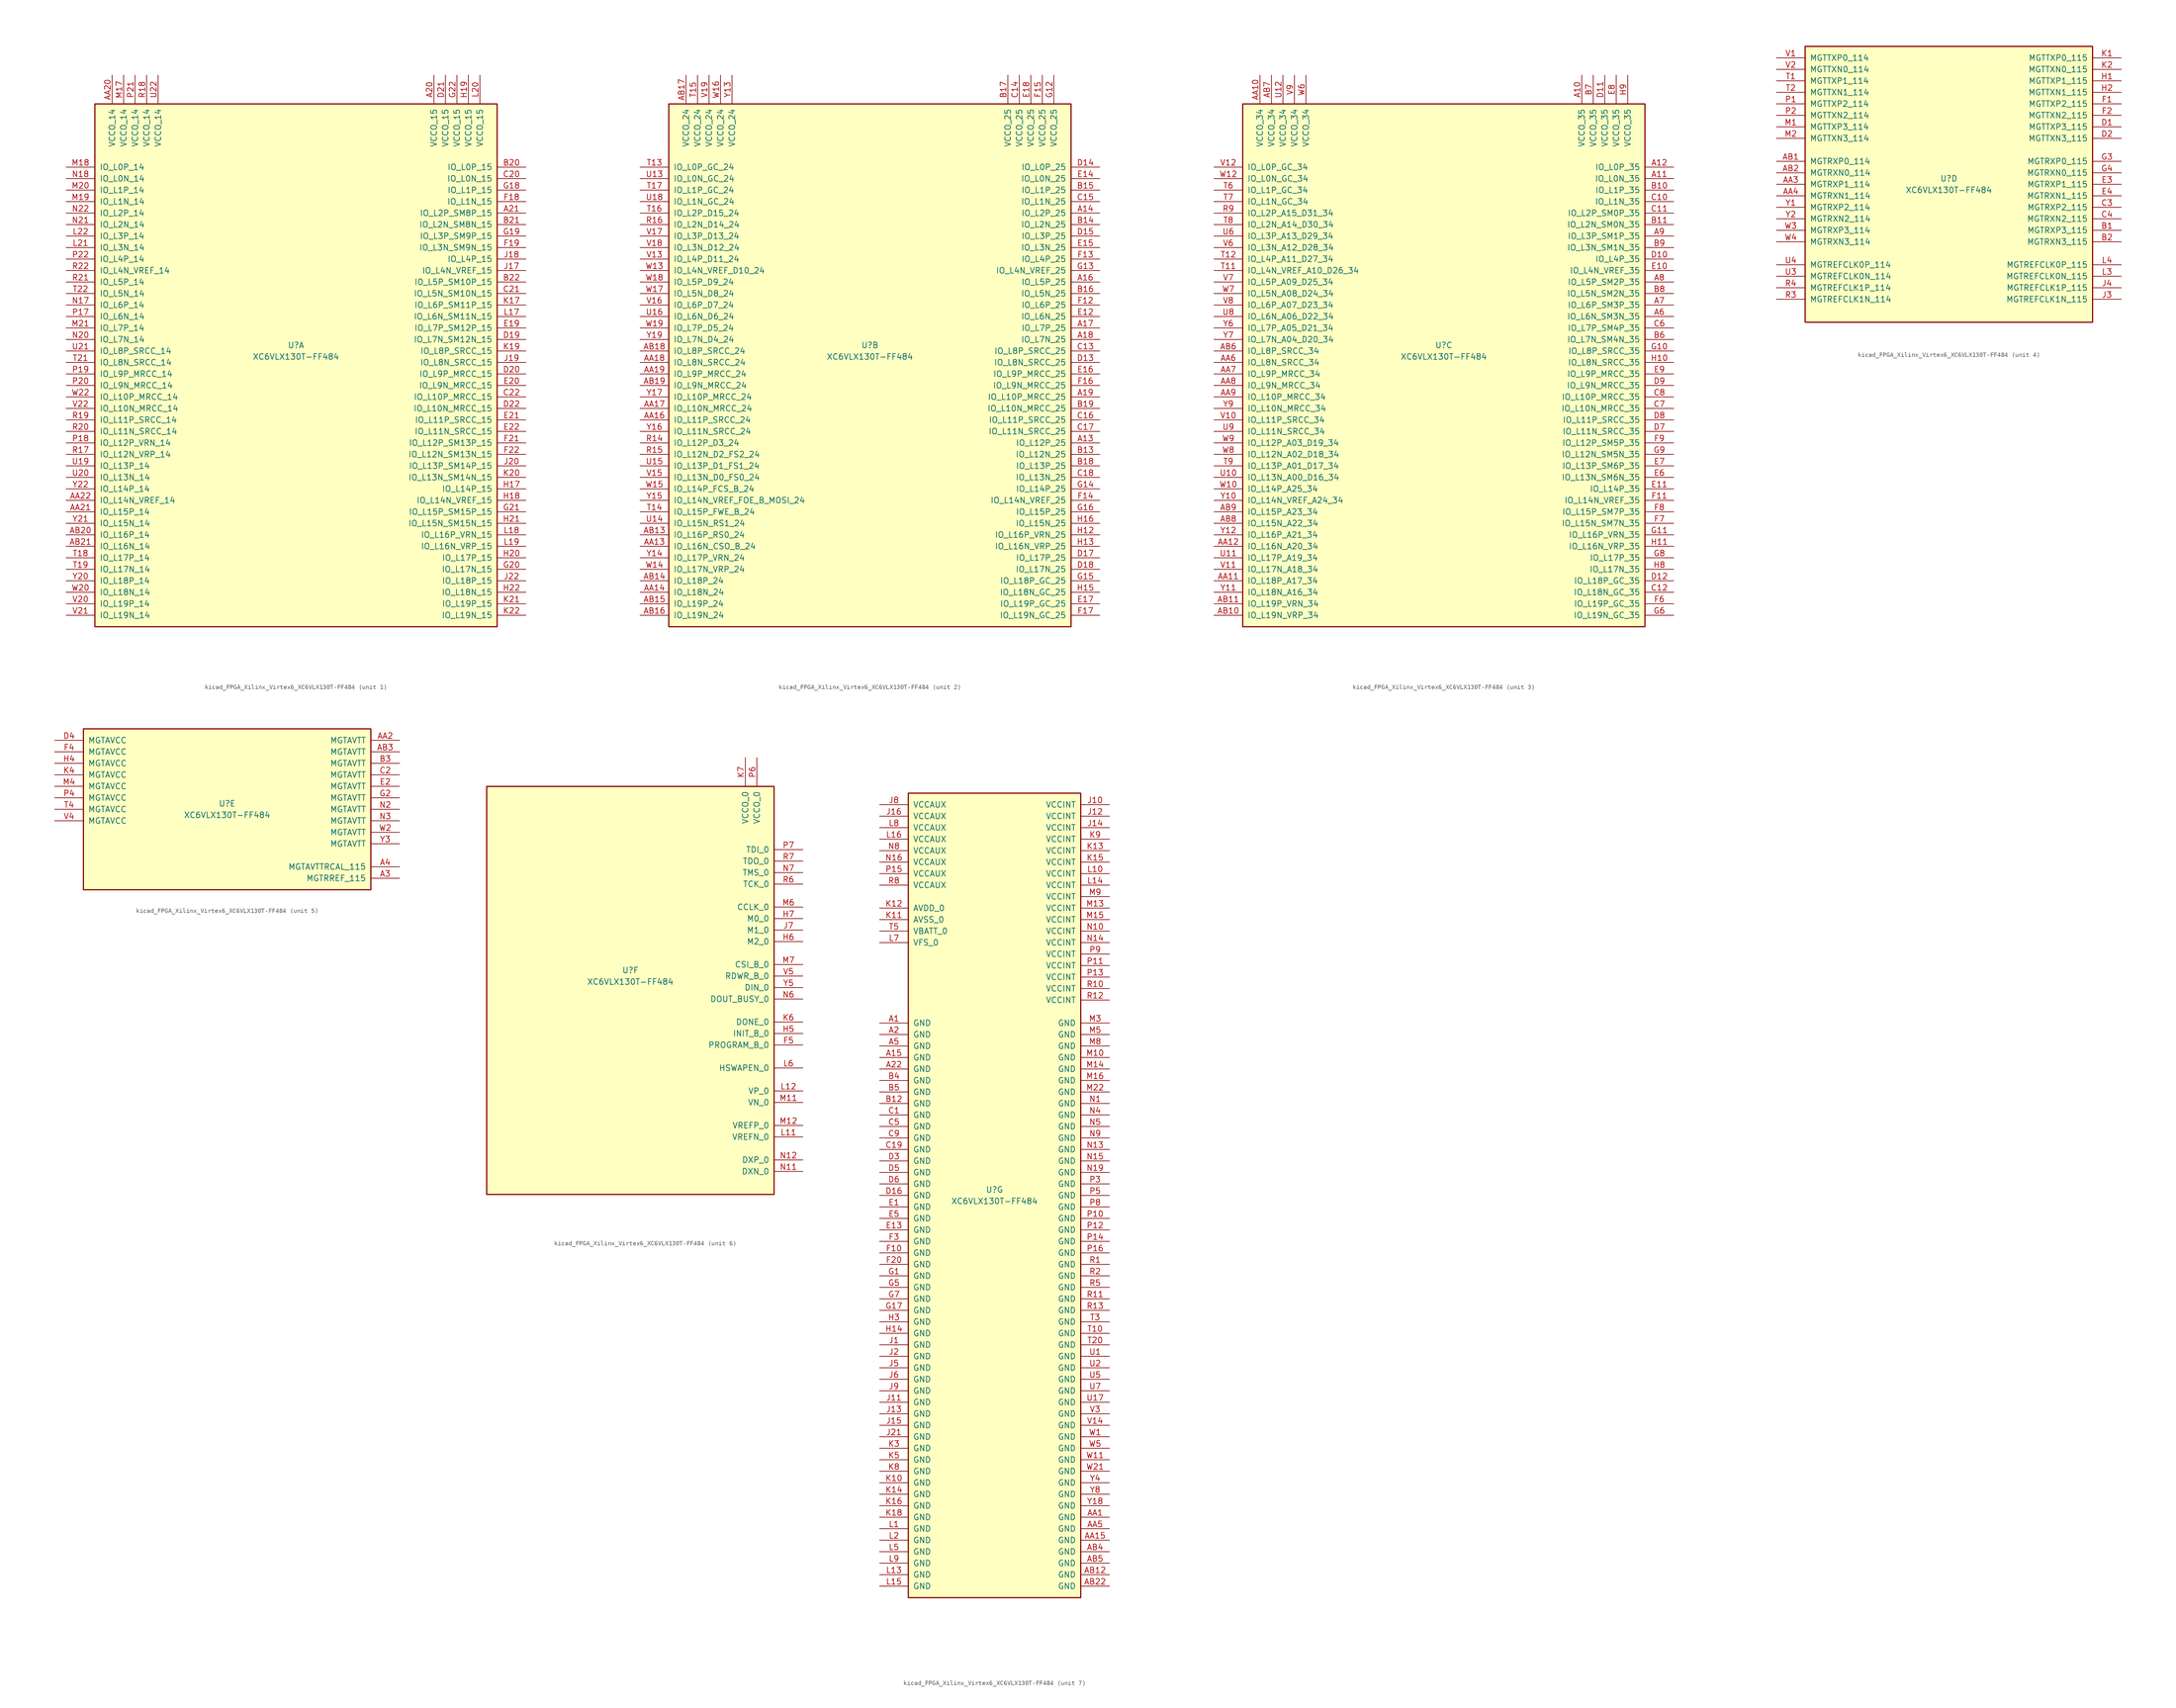
<source format=kicad_sym>
(kicad_symbol_lib
  (version 20220914)
  (generator kicad_symbol_editor)
  (symbol "kicad_FPGA_Xilinx_Virtex6_XC6VLX130T-FF484"
    (pin_names
      (offset 1.016))
    (property "Reference" "U"
      (at 0 1.27 0)
      (effects (font (size 1.27 1.27))))
    (property "Value" "XC6VLX130T-FF484"
      (at 0 -1.27 0)
      (effects (font (size 1.27 1.27))))
    (property "Datasheet" ""
      (at 0 0 0)
      (effects (font (size 1.27 1.27))))
    (property "ki_locked" ""
      (at 0 0 0)
      (effects (font (size 1.27 1.27))))
    (symbol "kicad_FPGA_Xilinx_Virtex6_XC6VLX130T-FF484_1_1"
      (rectangle (start -44.45 54.61) (end 44.45 -60.96) (stroke (width 0.254) (type default)) (fill (type background)))
      (pin power_in line (at 30.48 60.96 270) (length 6.35) (name "VCCO_15" (effects (font (size 1.27 1.27)))) (number "A20" (effects (font (size 1.27 1.27)))))
      (pin bidirectional line (at 50.8 30.48 180) (length 6.35) (name "IO_L2P_SM8P_15" (effects (font (size 1.27 1.27)))) (number "A21" (effects (font (size 1.27 1.27)))))
      (pin power_in line (at -40.64 60.96 270) (length 6.35) (name "VCCO_14" (effects (font (size 1.27 1.27)))) (number "AA20" (effects (font (size 1.27 1.27)))))
      (pin bidirectional line (at -50.8 -35.56 0) (length 6.35) (name "IO_L15P_14" (effects (font (size 1.27 1.27)))) (number "AA21" (effects (font (size 1.27 1.27)))))
      (pin bidirectional line (at -50.8 -33.02 0) (length 6.35) (name "IO_L14N_VREF_14" (effects (font (size 1.27 1.27)))) (number "AA22" (effects (font (size 1.27 1.27)))))
      (pin bidirectional line (at -50.8 -40.64 0) (length 6.35) (name "IO_L16P_14" (effects (font (size 1.27 1.27)))) (number "AB20" (effects (font (size 1.27 1.27)))))
      (pin bidirectional line (at -50.8 -43.18 0) (length 6.35) (name "IO_L16N_14" (effects (font (size 1.27 1.27)))) (number "AB21" (effects (font (size 1.27 1.27)))))
      (pin bidirectional line (at 50.8 40.64 180) (length 6.35) (name "IO_L0P_15" (effects (font (size 1.27 1.27)))) (number "B20" (effects (font (size 1.27 1.27)))))
      (pin bidirectional line (at 50.8 27.94 180) (length 6.35) (name "IO_L2N_SM8N_15" (effects (font (size 1.27 1.27)))) (number "B21" (effects (font (size 1.27 1.27)))))
      (pin bidirectional line (at 50.8 15.24 180) (length 6.35) (name "IO_L5P_SM10P_15" (effects (font (size 1.27 1.27)))) (number "B22" (effects (font (size 1.27 1.27)))))
      (pin bidirectional line (at 50.8 38.1 180) (length 6.35) (name "IO_L0N_15" (effects (font (size 1.27 1.27)))) (number "C20" (effects (font (size 1.27 1.27)))))
      (pin bidirectional line (at 50.8 12.7 180) (length 6.35) (name "IO_L5N_SM10N_15" (effects (font (size 1.27 1.27)))) (number "C21" (effects (font (size 1.27 1.27)))))
      (pin bidirectional line (at 50.8 -10.16 180) (length 6.35) (name "IO_L10P_MRCC_15" (effects (font (size 1.27 1.27)))) (number "C22" (effects (font (size 1.27 1.27)))))
      (pin bidirectional line (at 50.8 2.54 180) (length 6.35) (name "IO_L7N_SM12N_15" (effects (font (size 1.27 1.27)))) (number "D19" (effects (font (size 1.27 1.27)))))
      (pin bidirectional line (at 50.8 -5.08 180) (length 6.35) (name "IO_L9P_MRCC_15" (effects (font (size 1.27 1.27)))) (number "D20" (effects (font (size 1.27 1.27)))))
      (pin power_in line (at 33.02 60.96 270) (length 6.35) (name "VCCO_15" (effects (font (size 1.27 1.27)))) (number "D21" (effects (font (size 1.27 1.27)))))
      (pin bidirectional line (at 50.8 -12.7 180) (length 6.35) (name "IO_L10N_MRCC_15" (effects (font (size 1.27 1.27)))) (number "D22" (effects (font (size 1.27 1.27)))))
      (pin bidirectional line (at 50.8 5.08 180) (length 6.35) (name "IO_L7P_SM12P_15" (effects (font (size 1.27 1.27)))) (number "E19" (effects (font (size 1.27 1.27)))))
      (pin bidirectional line (at 50.8 -7.62 180) (length 6.35) (name "IO_L9N_MRCC_15" (effects (font (size 1.27 1.27)))) (number "E20" (effects (font (size 1.27 1.27)))))
      (pin bidirectional line (at 50.8 -15.24 180) (length 6.35) (name "IO_L11P_SRCC_15" (effects (font (size 1.27 1.27)))) (number "E21" (effects (font (size 1.27 1.27)))))
      (pin bidirectional line (at 50.8 -17.78 180) (length 6.35) (name "IO_L11N_SRCC_15" (effects (font (size 1.27 1.27)))) (number "E22" (effects (font (size 1.27 1.27)))))
      (pin bidirectional line (at 50.8 33.02 180) (length 6.35) (name "IO_L1N_15" (effects (font (size 1.27 1.27)))) (number "F18" (effects (font (size 1.27 1.27)))))
      (pin bidirectional line (at 50.8 22.86 180) (length 6.35) (name "IO_L3N_SM9N_15" (effects (font (size 1.27 1.27)))) (number "F19" (effects (font (size 1.27 1.27)))))
      (pin bidirectional line (at 50.8 -20.32 180) (length 6.35) (name "IO_L12P_SM13P_15" (effects (font (size 1.27 1.27)))) (number "F21" (effects (font (size 1.27 1.27)))))
      (pin bidirectional line (at 50.8 -22.86 180) (length 6.35) (name "IO_L12N_SM13N_15" (effects (font (size 1.27 1.27)))) (number "F22" (effects (font (size 1.27 1.27)))))
      (pin bidirectional line (at 50.8 35.56 180) (length 6.35) (name "IO_L1P_15" (effects (font (size 1.27 1.27)))) (number "G18" (effects (font (size 1.27 1.27)))))
      (pin bidirectional line (at 50.8 25.4 180) (length 6.35) (name "IO_L3P_SM9P_15" (effects (font (size 1.27 1.27)))) (number "G19" (effects (font (size 1.27 1.27)))))
      (pin bidirectional line (at 50.8 -48.26 180) (length 6.35) (name "IO_L17N_15" (effects (font (size 1.27 1.27)))) (number "G20" (effects (font (size 1.27 1.27)))))
      (pin bidirectional line (at 50.8 -35.56 180) (length 6.35) (name "IO_L15P_SM15P_15" (effects (font (size 1.27 1.27)))) (number "G21" (effects (font (size 1.27 1.27)))))
      (pin power_in line (at 35.56 60.96 270) (length 6.35) (name "VCCO_15" (effects (font (size 1.27 1.27)))) (number "G22" (effects (font (size 1.27 1.27)))))
      (pin bidirectional line (at 50.8 -30.48 180) (length 6.35) (name "IO_L14P_15" (effects (font (size 1.27 1.27)))) (number "H17" (effects (font (size 1.27 1.27)))))
      (pin bidirectional line (at 50.8 -33.02 180) (length 6.35) (name "IO_L14N_VREF_15" (effects (font (size 1.27 1.27)))) (number "H18" (effects (font (size 1.27 1.27)))))
      (pin power_in line (at 38.1 60.96 270) (length 6.35) (name "VCCO_15" (effects (font (size 1.27 1.27)))) (number "H19" (effects (font (size 1.27 1.27)))))
      (pin bidirectional line (at 50.8 -45.72 180) (length 6.35) (name "IO_L17P_15" (effects (font (size 1.27 1.27)))) (number "H20" (effects (font (size 1.27 1.27)))))
      (pin bidirectional line (at 50.8 -38.1 180) (length 6.35) (name "IO_L15N_SM15N_15" (effects (font (size 1.27 1.27)))) (number "H21" (effects (font (size 1.27 1.27)))))
      (pin bidirectional line (at 50.8 -53.34 180) (length 6.35) (name "IO_L18N_15" (effects (font (size 1.27 1.27)))) (number "H22" (effects (font (size 1.27 1.27)))))
      (pin bidirectional line (at 50.8 17.78 180) (length 6.35) (name "IO_L4N_VREF_15" (effects (font (size 1.27 1.27)))) (number "J17" (effects (font (size 1.27 1.27)))))
      (pin bidirectional line (at 50.8 20.32 180) (length 6.35) (name "IO_L4P_15" (effects (font (size 1.27 1.27)))) (number "J18" (effects (font (size 1.27 1.27)))))
      (pin bidirectional line (at 50.8 -2.54 180) (length 6.35) (name "IO_L8N_SRCC_15" (effects (font (size 1.27 1.27)))) (number "J19" (effects (font (size 1.27 1.27)))))
      (pin bidirectional line (at 50.8 -25.4 180) (length 6.35) (name "IO_L13P_SM14P_15" (effects (font (size 1.27 1.27)))) (number "J20" (effects (font (size 1.27 1.27)))))
      (pin bidirectional line (at 50.8 -50.8 180) (length 6.35) (name "IO_L18P_15" (effects (font (size 1.27 1.27)))) (number "J22" (effects (font (size 1.27 1.27)))))
      (pin bidirectional line (at 50.8 10.16 180) (length 6.35) (name "IO_L6P_SM11P_15" (effects (font (size 1.27 1.27)))) (number "K17" (effects (font (size 1.27 1.27)))))
      (pin bidirectional line (at 50.8 0 180) (length 6.35) (name "IO_L8P_SRCC_15" (effects (font (size 1.27 1.27)))) (number "K19" (effects (font (size 1.27 1.27)))))
      (pin bidirectional line (at 50.8 -27.94 180) (length 6.35) (name "IO_L13N_SM14N_15" (effects (font (size 1.27 1.27)))) (number "K20" (effects (font (size 1.27 1.27)))))
      (pin bidirectional line (at 50.8 -55.88 180) (length 6.35) (name "IO_L19P_15" (effects (font (size 1.27 1.27)))) (number "K21" (effects (font (size 1.27 1.27)))))
      (pin bidirectional line (at 50.8 -58.42 180) (length 6.35) (name "IO_L19N_15" (effects (font (size 1.27 1.27)))) (number "K22" (effects (font (size 1.27 1.27)))))
      (pin bidirectional line (at 50.8 7.62 180) (length 6.35) (name "IO_L6N_SM11N_15" (effects (font (size 1.27 1.27)))) (number "L17" (effects (font (size 1.27 1.27)))))
      (pin bidirectional line (at 50.8 -40.64 180) (length 6.35) (name "IO_L16P_VRN_15" (effects (font (size 1.27 1.27)))) (number "L18" (effects (font (size 1.27 1.27)))))
      (pin bidirectional line (at 50.8 -43.18 180) (length 6.35) (name "IO_L16N_VRP_15" (effects (font (size 1.27 1.27)))) (number "L19" (effects (font (size 1.27 1.27)))))
      (pin power_in line (at 40.64 60.96 270) (length 6.35) (name "VCCO_15" (effects (font (size 1.27 1.27)))) (number "L20" (effects (font (size 1.27 1.27)))))
      (pin bidirectional line (at -50.8 22.86 0) (length 6.35) (name "IO_L3N_14" (effects (font (size 1.27 1.27)))) (number "L21" (effects (font (size 1.27 1.27)))))
      (pin bidirectional line (at -50.8 25.4 0) (length 6.35) (name "IO_L3P_14" (effects (font (size 1.27 1.27)))) (number "L22" (effects (font (size 1.27 1.27)))))
      (pin power_in line (at -38.1 60.96 270) (length 6.35) (name "VCCO_14" (effects (font (size 1.27 1.27)))) (number "M17" (effects (font (size 1.27 1.27)))))
      (pin bidirectional line (at -50.8 40.64 0) (length 6.35) (name "IO_L0P_14" (effects (font (size 1.27 1.27)))) (number "M18" (effects (font (size 1.27 1.27)))))
      (pin bidirectional line (at -50.8 33.02 0) (length 6.35) (name "IO_L1N_14" (effects (font (size 1.27 1.27)))) (number "M19" (effects (font (size 1.27 1.27)))))
      (pin bidirectional line (at -50.8 35.56 0) (length 6.35) (name "IO_L1P_14" (effects (font (size 1.27 1.27)))) (number "M20" (effects (font (size 1.27 1.27)))))
      (pin bidirectional line (at -50.8 5.08 0) (length 6.35) (name "IO_L7P_14" (effects (font (size 1.27 1.27)))) (number "M21" (effects (font (size 1.27 1.27)))))
      (pin bidirectional line (at -50.8 10.16 0) (length 6.35) (name "IO_L6P_14" (effects (font (size 1.27 1.27)))) (number "N17" (effects (font (size 1.27 1.27)))))
      (pin bidirectional line (at -50.8 38.1 0) (length 6.35) (name "IO_L0N_14" (effects (font (size 1.27 1.27)))) (number "N18" (effects (font (size 1.27 1.27)))))
      (pin bidirectional line (at -50.8 2.54 0) (length 6.35) (name "IO_L7N_14" (effects (font (size 1.27 1.27)))) (number "N20" (effects (font (size 1.27 1.27)))))
      (pin bidirectional line (at -50.8 27.94 0) (length 6.35) (name "IO_L2N_14" (effects (font (size 1.27 1.27)))) (number "N21" (effects (font (size 1.27 1.27)))))
      (pin bidirectional line (at -50.8 30.48 0) (length 6.35) (name "IO_L2P_14" (effects (font (size 1.27 1.27)))) (number "N22" (effects (font (size 1.27 1.27)))))
      (pin bidirectional line (at -50.8 7.62 0) (length 6.35) (name "IO_L6N_14" (effects (font (size 1.27 1.27)))) (number "P17" (effects (font (size 1.27 1.27)))))
      (pin bidirectional line (at -50.8 -20.32 0) (length 6.35) (name "IO_L12P_VRN_14" (effects (font (size 1.27 1.27)))) (number "P18" (effects (font (size 1.27 1.27)))))
      (pin bidirectional line (at -50.8 -5.08 0) (length 6.35) (name "IO_L9P_MRCC_14" (effects (font (size 1.27 1.27)))) (number "P19" (effects (font (size 1.27 1.27)))))
      (pin bidirectional line (at -50.8 -7.62 0) (length 6.35) (name "IO_L9N_MRCC_14" (effects (font (size 1.27 1.27)))) (number "P20" (effects (font (size 1.27 1.27)))))
      (pin power_in line (at -35.56 60.96 270) (length 6.35) (name "VCCO_14" (effects (font (size 1.27 1.27)))) (number "P21" (effects (font (size 1.27 1.27)))))
      (pin bidirectional line (at -50.8 20.32 0) (length 6.35) (name "IO_L4P_14" (effects (font (size 1.27 1.27)))) (number "P22" (effects (font (size 1.27 1.27)))))
      (pin bidirectional line (at -50.8 -22.86 0) (length 6.35) (name "IO_L12N_VRP_14" (effects (font (size 1.27 1.27)))) (number "R17" (effects (font (size 1.27 1.27)))))
      (pin power_in line (at -33.02 60.96 270) (length 6.35) (name "VCCO_14" (effects (font (size 1.27 1.27)))) (number "R18" (effects (font (size 1.27 1.27)))))
      (pin bidirectional line (at -50.8 -15.24 0) (length 6.35) (name "IO_L11P_SRCC_14" (effects (font (size 1.27 1.27)))) (number "R19" (effects (font (size 1.27 1.27)))))
      (pin bidirectional line (at -50.8 -17.78 0) (length 6.35) (name "IO_L11N_SRCC_14" (effects (font (size 1.27 1.27)))) (number "R20" (effects (font (size 1.27 1.27)))))
      (pin bidirectional line (at -50.8 15.24 0) (length 6.35) (name "IO_L5P_14" (effects (font (size 1.27 1.27)))) (number "R21" (effects (font (size 1.27 1.27)))))
      (pin bidirectional line (at -50.8 17.78 0) (length 6.35) (name "IO_L4N_VREF_14" (effects (font (size 1.27 1.27)))) (number "R22" (effects (font (size 1.27 1.27)))))
      (pin bidirectional line (at -50.8 -45.72 0) (length 6.35) (name "IO_L17P_14" (effects (font (size 1.27 1.27)))) (number "T18" (effects (font (size 1.27 1.27)))))
      (pin bidirectional line (at -50.8 -48.26 0) (length 6.35) (name "IO_L17N_14" (effects (font (size 1.27 1.27)))) (number "T19" (effects (font (size 1.27 1.27)))))
      (pin bidirectional line (at -50.8 -2.54 0) (length 6.35) (name "IO_L8N_SRCC_14" (effects (font (size 1.27 1.27)))) (number "T21" (effects (font (size 1.27 1.27)))))
      (pin bidirectional line (at -50.8 12.7 0) (length 6.35) (name "IO_L5N_14" (effects (font (size 1.27 1.27)))) (number "T22" (effects (font (size 1.27 1.27)))))
      (pin bidirectional line (at -50.8 -25.4 0) (length 6.35) (name "IO_L13P_14" (effects (font (size 1.27 1.27)))) (number "U19" (effects (font (size 1.27 1.27)))))
      (pin bidirectional line (at -50.8 -27.94 0) (length 6.35) (name "IO_L13N_14" (effects (font (size 1.27 1.27)))) (number "U20" (effects (font (size 1.27 1.27)))))
      (pin bidirectional line (at -50.8 0 0) (length 6.35) (name "IO_L8P_SRCC_14" (effects (font (size 1.27 1.27)))) (number "U21" (effects (font (size 1.27 1.27)))))
      (pin power_in line (at -30.48 60.96 270) (length 6.35) (name "VCCO_14" (effects (font (size 1.27 1.27)))) (number "U22" (effects (font (size 1.27 1.27)))))
      (pin bidirectional line (at -50.8 -55.88 0) (length 6.35) (name "IO_L19P_14" (effects (font (size 1.27 1.27)))) (number "V20" (effects (font (size 1.27 1.27)))))
      (pin bidirectional line (at -50.8 -58.42 0) (length 6.35) (name "IO_L19N_14" (effects (font (size 1.27 1.27)))) (number "V21" (effects (font (size 1.27 1.27)))))
      (pin bidirectional line (at -50.8 -12.7 0) (length 6.35) (name "IO_L10N_MRCC_14" (effects (font (size 1.27 1.27)))) (number "V22" (effects (font (size 1.27 1.27)))))
      (pin bidirectional line (at -50.8 -53.34 0) (length 6.35) (name "IO_L18N_14" (effects (font (size 1.27 1.27)))) (number "W20" (effects (font (size 1.27 1.27)))))
      (pin bidirectional line (at -50.8 -10.16 0) (length 6.35) (name "IO_L10P_MRCC_14" (effects (font (size 1.27 1.27)))) (number "W22" (effects (font (size 1.27 1.27)))))
      (pin bidirectional line (at -50.8 -50.8 0) (length 6.35) (name "IO_L18P_14" (effects (font (size 1.27 1.27)))) (number "Y20" (effects (font (size 1.27 1.27)))))
      (pin bidirectional line (at -50.8 -38.1 0) (length 6.35) (name "IO_L15N_14" (effects (font (size 1.27 1.27)))) (number "Y21" (effects (font (size 1.27 1.27)))))
      (pin bidirectional line (at -50.8 -30.48 0) (length 6.35) (name "IO_L14P_14" (effects (font (size 1.27 1.27)))) (number "Y22" (effects (font (size 1.27 1.27))))))
    (symbol "kicad_FPGA_Xilinx_Virtex6_XC6VLX130T-FF484_2_1"
      (rectangle (start -44.45 54.61) (end 44.45 -60.96) (stroke (width 0.254) (type default)) (fill (type background)))
      (pin bidirectional line (at 50.8 -20.32 180) (length 6.35) (name "IO_L12P_25" (effects (font (size 1.27 1.27)))) (number "A13" (effects (font (size 1.27 1.27)))))
      (pin bidirectional line (at 50.8 30.48 180) (length 6.35) (name "IO_L2P_25" (effects (font (size 1.27 1.27)))) (number "A14" (effects (font (size 1.27 1.27)))))
      (pin bidirectional line (at 50.8 15.24 180) (length 6.35) (name "IO_L5P_25" (effects (font (size 1.27 1.27)))) (number "A16" (effects (font (size 1.27 1.27)))))
      (pin bidirectional line (at 50.8 5.08 180) (length 6.35) (name "IO_L7P_25" (effects (font (size 1.27 1.27)))) (number "A17" (effects (font (size 1.27 1.27)))))
      (pin bidirectional line (at 50.8 2.54 180) (length 6.35) (name "IO_L7N_25" (effects (font (size 1.27 1.27)))) (number "A18" (effects (font (size 1.27 1.27)))))
      (pin bidirectional line (at 50.8 -10.16 180) (length 6.35) (name "IO_L10P_MRCC_25" (effects (font (size 1.27 1.27)))) (number "A19" (effects (font (size 1.27 1.27)))))
      (pin bidirectional line (at -50.8 -43.18 0) (length 6.35) (name "IO_L16N_CSO_B_24" (effects (font (size 1.27 1.27)))) (number "AA13" (effects (font (size 1.27 1.27)))))
      (pin bidirectional line (at -50.8 -53.34 0) (length 6.35) (name "IO_L18N_24" (effects (font (size 1.27 1.27)))) (number "AA14" (effects (font (size 1.27 1.27)))))
      (pin bidirectional line (at -50.8 -15.24 0) (length 6.35) (name "IO_L11P_SRCC_24" (effects (font (size 1.27 1.27)))) (number "AA16" (effects (font (size 1.27 1.27)))))
      (pin bidirectional line (at -50.8 -12.7 0) (length 6.35) (name "IO_L10N_MRCC_24" (effects (font (size 1.27 1.27)))) (number "AA17" (effects (font (size 1.27 1.27)))))
      (pin bidirectional line (at -50.8 -2.54 0) (length 6.35) (name "IO_L8N_SRCC_24" (effects (font (size 1.27 1.27)))) (number "AA18" (effects (font (size 1.27 1.27)))))
      (pin bidirectional line (at -50.8 -5.08 0) (length 6.35) (name "IO_L9P_MRCC_24" (effects (font (size 1.27 1.27)))) (number "AA19" (effects (font (size 1.27 1.27)))))
      (pin bidirectional line (at -50.8 -40.64 0) (length 6.35) (name "IO_L16P_RS0_24" (effects (font (size 1.27 1.27)))) (number "AB13" (effects (font (size 1.27 1.27)))))
      (pin bidirectional line (at -50.8 -50.8 0) (length 6.35) (name "IO_L18P_24" (effects (font (size 1.27 1.27)))) (number "AB14" (effects (font (size 1.27 1.27)))))
      (pin bidirectional line (at -50.8 -55.88 0) (length 6.35) (name "IO_L19P_24" (effects (font (size 1.27 1.27)))) (number "AB15" (effects (font (size 1.27 1.27)))))
      (pin bidirectional line (at -50.8 -58.42 0) (length 6.35) (name "IO_L19N_24" (effects (font (size 1.27 1.27)))) (number "AB16" (effects (font (size 1.27 1.27)))))
      (pin power_in line (at -40.64 60.96 270) (length 6.35) (name "VCCO_24" (effects (font (size 1.27 1.27)))) (number "AB17" (effects (font (size 1.27 1.27)))))
      (pin bidirectional line (at -50.8 0 0) (length 6.35) (name "IO_L8P_SRCC_24" (effects (font (size 1.27 1.27)))) (number "AB18" (effects (font (size 1.27 1.27)))))
      (pin bidirectional line (at -50.8 -7.62 0) (length 6.35) (name "IO_L9N_MRCC_24" (effects (font (size 1.27 1.27)))) (number "AB19" (effects (font (size 1.27 1.27)))))
      (pin bidirectional line (at 50.8 -22.86 180) (length 6.35) (name "IO_L12N_25" (effects (font (size 1.27 1.27)))) (number "B13" (effects (font (size 1.27 1.27)))))
      (pin bidirectional line (at 50.8 27.94 180) (length 6.35) (name "IO_L2N_25" (effects (font (size 1.27 1.27)))) (number "B14" (effects (font (size 1.27 1.27)))))
      (pin bidirectional line (at 50.8 35.56 180) (length 6.35) (name "IO_L1P_25" (effects (font (size 1.27 1.27)))) (number "B15" (effects (font (size 1.27 1.27)))))
      (pin bidirectional line (at 50.8 12.7 180) (length 6.35) (name "IO_L5N_25" (effects (font (size 1.27 1.27)))) (number "B16" (effects (font (size 1.27 1.27)))))
      (pin power_in line (at 30.48 60.96 270) (length 6.35) (name "VCCO_25" (effects (font (size 1.27 1.27)))) (number "B17" (effects (font (size 1.27 1.27)))))
      (pin bidirectional line (at 50.8 -25.4 180) (length 6.35) (name "IO_L13P_25" (effects (font (size 1.27 1.27)))) (number "B18" (effects (font (size 1.27 1.27)))))
      (pin bidirectional line (at 50.8 -12.7 180) (length 6.35) (name "IO_L10N_MRCC_25" (effects (font (size 1.27 1.27)))) (number "B19" (effects (font (size 1.27 1.27)))))
      (pin bidirectional line (at 50.8 0 180) (length 6.35) (name "IO_L8P_SRCC_25" (effects (font (size 1.27 1.27)))) (number "C13" (effects (font (size 1.27 1.27)))))
      (pin power_in line (at 33.02 60.96 270) (length 6.35) (name "VCCO_25" (effects (font (size 1.27 1.27)))) (number "C14" (effects (font (size 1.27 1.27)))))
      (pin bidirectional line (at 50.8 33.02 180) (length 6.35) (name "IO_L1N_25" (effects (font (size 1.27 1.27)))) (number "C15" (effects (font (size 1.27 1.27)))))
      (pin bidirectional line (at 50.8 -15.24 180) (length 6.35) (name "IO_L11P_SRCC_25" (effects (font (size 1.27 1.27)))) (number "C16" (effects (font (size 1.27 1.27)))))
      (pin bidirectional line (at 50.8 -17.78 180) (length 6.35) (name "IO_L11N_SRCC_25" (effects (font (size 1.27 1.27)))) (number "C17" (effects (font (size 1.27 1.27)))))
      (pin bidirectional line (at 50.8 -27.94 180) (length 6.35) (name "IO_L13N_25" (effects (font (size 1.27 1.27)))) (number "C18" (effects (font (size 1.27 1.27)))))
      (pin bidirectional line (at 50.8 -2.54 180) (length 6.35) (name "IO_L8N_SRCC_25" (effects (font (size 1.27 1.27)))) (number "D13" (effects (font (size 1.27 1.27)))))
      (pin bidirectional line (at 50.8 40.64 180) (length 6.35) (name "IO_L0P_25" (effects (font (size 1.27 1.27)))) (number "D14" (effects (font (size 1.27 1.27)))))
      (pin bidirectional line (at 50.8 25.4 180) (length 6.35) (name "IO_L3P_25" (effects (font (size 1.27 1.27)))) (number "D15" (effects (font (size 1.27 1.27)))))
      (pin bidirectional line (at 50.8 -45.72 180) (length 6.35) (name "IO_L17P_25" (effects (font (size 1.27 1.27)))) (number "D17" (effects (font (size 1.27 1.27)))))
      (pin bidirectional line (at 50.8 -48.26 180) (length 6.35) (name "IO_L17N_25" (effects (font (size 1.27 1.27)))) (number "D18" (effects (font (size 1.27 1.27)))))
      (pin bidirectional line (at 50.8 7.62 180) (length 6.35) (name "IO_L6N_25" (effects (font (size 1.27 1.27)))) (number "E12" (effects (font (size 1.27 1.27)))))
      (pin bidirectional line (at 50.8 38.1 180) (length 6.35) (name "IO_L0N_25" (effects (font (size 1.27 1.27)))) (number "E14" (effects (font (size 1.27 1.27)))))
      (pin bidirectional line (at 50.8 22.86 180) (length 6.35) (name "IO_L3N_25" (effects (font (size 1.27 1.27)))) (number "E15" (effects (font (size 1.27 1.27)))))
      (pin bidirectional line (at 50.8 -5.08 180) (length 6.35) (name "IO_L9P_MRCC_25" (effects (font (size 1.27 1.27)))) (number "E16" (effects (font (size 1.27 1.27)))))
      (pin bidirectional line (at 50.8 -55.88 180) (length 6.35) (name "IO_L19P_GC_25" (effects (font (size 1.27 1.27)))) (number "E17" (effects (font (size 1.27 1.27)))))
      (pin power_in line (at 35.56 60.96 270) (length 6.35) (name "VCCO_25" (effects (font (size 1.27 1.27)))) (number "E18" (effects (font (size 1.27 1.27)))))
      (pin bidirectional line (at 50.8 10.16 180) (length 6.35) (name "IO_L6P_25" (effects (font (size 1.27 1.27)))) (number "F12" (effects (font (size 1.27 1.27)))))
      (pin bidirectional line (at 50.8 20.32 180) (length 6.35) (name "IO_L4P_25" (effects (font (size 1.27 1.27)))) (number "F13" (effects (font (size 1.27 1.27)))))
      (pin bidirectional line (at 50.8 -33.02 180) (length 6.35) (name "IO_L14N_VREF_25" (effects (font (size 1.27 1.27)))) (number "F14" (effects (font (size 1.27 1.27)))))
      (pin power_in line (at 38.1 60.96 270) (length 6.35) (name "VCCO_25" (effects (font (size 1.27 1.27)))) (number "F15" (effects (font (size 1.27 1.27)))))
      (pin bidirectional line (at 50.8 -7.62 180) (length 6.35) (name "IO_L9N_MRCC_25" (effects (font (size 1.27 1.27)))) (number "F16" (effects (font (size 1.27 1.27)))))
      (pin bidirectional line (at 50.8 -58.42 180) (length 6.35) (name "IO_L19N_GC_25" (effects (font (size 1.27 1.27)))) (number "F17" (effects (font (size 1.27 1.27)))))
      (pin power_in line (at 40.64 60.96 270) (length 6.35) (name "VCCO_25" (effects (font (size 1.27 1.27)))) (number "G12" (effects (font (size 1.27 1.27)))))
      (pin bidirectional line (at 50.8 17.78 180) (length 6.35) (name "IO_L4N_VREF_25" (effects (font (size 1.27 1.27)))) (number "G13" (effects (font (size 1.27 1.27)))))
      (pin bidirectional line (at 50.8 -30.48 180) (length 6.35) (name "IO_L14P_25" (effects (font (size 1.27 1.27)))) (number "G14" (effects (font (size 1.27 1.27)))))
      (pin bidirectional line (at 50.8 -50.8 180) (length 6.35) (name "IO_L18P_GC_25" (effects (font (size 1.27 1.27)))) (number "G15" (effects (font (size 1.27 1.27)))))
      (pin bidirectional line (at 50.8 -35.56 180) (length 6.35) (name "IO_L15P_25" (effects (font (size 1.27 1.27)))) (number "G16" (effects (font (size 1.27 1.27)))))
      (pin bidirectional line (at 50.8 -40.64 180) (length 6.35) (name "IO_L16P_VRN_25" (effects (font (size 1.27 1.27)))) (number "H12" (effects (font (size 1.27 1.27)))))
      (pin bidirectional line (at 50.8 -43.18 180) (length 6.35) (name "IO_L16N_VRP_25" (effects (font (size 1.27 1.27)))) (number "H13" (effects (font (size 1.27 1.27)))))
      (pin bidirectional line (at 50.8 -53.34 180) (length 6.35) (name "IO_L18N_GC_25" (effects (font (size 1.27 1.27)))) (number "H15" (effects (font (size 1.27 1.27)))))
      (pin bidirectional line (at 50.8 -38.1 180) (length 6.35) (name "IO_L15N_25" (effects (font (size 1.27 1.27)))) (number "H16" (effects (font (size 1.27 1.27)))))
      (pin bidirectional line (at -50.8 -20.32 0) (length 6.35) (name "IO_L12P_D3_24" (effects (font (size 1.27 1.27)))) (number "R14" (effects (font (size 1.27 1.27)))))
      (pin bidirectional line (at -50.8 -22.86 0) (length 6.35) (name "IO_L12N_D2_FS2_24" (effects (font (size 1.27 1.27)))) (number "R15" (effects (font (size 1.27 1.27)))))
      (pin bidirectional line (at -50.8 27.94 0) (length 6.35) (name "IO_L2N_D14_24" (effects (font (size 1.27 1.27)))) (number "R16" (effects (font (size 1.27 1.27)))))
      (pin bidirectional line (at -50.8 40.64 0) (length 6.35) (name "IO_L0P_GC_24" (effects (font (size 1.27 1.27)))) (number "T13" (effects (font (size 1.27 1.27)))))
      (pin bidirectional line (at -50.8 -35.56 0) (length 6.35) (name "IO_L15P_FWE_B_24" (effects (font (size 1.27 1.27)))) (number "T14" (effects (font (size 1.27 1.27)))))
      (pin power_in line (at -38.1 60.96 270) (length 6.35) (name "VCCO_24" (effects (font (size 1.27 1.27)))) (number "T15" (effects (font (size 1.27 1.27)))))
      (pin bidirectional line (at -50.8 30.48 0) (length 6.35) (name "IO_L2P_D15_24" (effects (font (size 1.27 1.27)))) (number "T16" (effects (font (size 1.27 1.27)))))
      (pin bidirectional line (at -50.8 35.56 0) (length 6.35) (name "IO_L1P_GC_24" (effects (font (size 1.27 1.27)))) (number "T17" (effects (font (size 1.27 1.27)))))
      (pin bidirectional line (at -50.8 38.1 0) (length 6.35) (name "IO_L0N_GC_24" (effects (font (size 1.27 1.27)))) (number "U13" (effects (font (size 1.27 1.27)))))
      (pin bidirectional line (at -50.8 -38.1 0) (length 6.35) (name "IO_L15N_RS1_24" (effects (font (size 1.27 1.27)))) (number "U14" (effects (font (size 1.27 1.27)))))
      (pin bidirectional line (at -50.8 -25.4 0) (length 6.35) (name "IO_L13P_D1_FS1_24" (effects (font (size 1.27 1.27)))) (number "U15" (effects (font (size 1.27 1.27)))))
      (pin bidirectional line (at -50.8 7.62 0) (length 6.35) (name "IO_L6N_D6_24" (effects (font (size 1.27 1.27)))) (number "U16" (effects (font (size 1.27 1.27)))))
      (pin bidirectional line (at -50.8 33.02 0) (length 6.35) (name "IO_L1N_GC_24" (effects (font (size 1.27 1.27)))) (number "U18" (effects (font (size 1.27 1.27)))))
      (pin bidirectional line (at -50.8 20.32 0) (length 6.35) (name "IO_L4P_D11_24" (effects (font (size 1.27 1.27)))) (number "V13" (effects (font (size 1.27 1.27)))))
      (pin bidirectional line (at -50.8 -27.94 0) (length 6.35) (name "IO_L13N_D0_FS0_24" (effects (font (size 1.27 1.27)))) (number "V15" (effects (font (size 1.27 1.27)))))
      (pin bidirectional line (at -50.8 10.16 0) (length 6.35) (name "IO_L6P_D7_24" (effects (font (size 1.27 1.27)))) (number "V16" (effects (font (size 1.27 1.27)))))
      (pin bidirectional line (at -50.8 25.4 0) (length 6.35) (name "IO_L3P_D13_24" (effects (font (size 1.27 1.27)))) (number "V17" (effects (font (size 1.27 1.27)))))
      (pin bidirectional line (at -50.8 22.86 0) (length 6.35) (name "IO_L3N_D12_24" (effects (font (size 1.27 1.27)))) (number "V18" (effects (font (size 1.27 1.27)))))
      (pin power_in line (at -35.56 60.96 270) (length 6.35) (name "VCCO_24" (effects (font (size 1.27 1.27)))) (number "V19" (effects (font (size 1.27 1.27)))))
      (pin bidirectional line (at -50.8 17.78 0) (length 6.35) (name "IO_L4N_VREF_D10_24" (effects (font (size 1.27 1.27)))) (number "W13" (effects (font (size 1.27 1.27)))))
      (pin bidirectional line (at -50.8 -48.26 0) (length 6.35) (name "IO_L17N_VRP_24" (effects (font (size 1.27 1.27)))) (number "W14" (effects (font (size 1.27 1.27)))))
      (pin bidirectional line (at -50.8 -30.48 0) (length 6.35) (name "IO_L14P_FCS_B_24" (effects (font (size 1.27 1.27)))) (number "W15" (effects (font (size 1.27 1.27)))))
      (pin power_in line (at -33.02 60.96 270) (length 6.35) (name "VCCO_24" (effects (font (size 1.27 1.27)))) (number "W16" (effects (font (size 1.27 1.27)))))
      (pin bidirectional line (at -50.8 12.7 0) (length 6.35) (name "IO_L5N_D8_24" (effects (font (size 1.27 1.27)))) (number "W17" (effects (font (size 1.27 1.27)))))
      (pin bidirectional line (at -50.8 15.24 0) (length 6.35) (name "IO_L5P_D9_24" (effects (font (size 1.27 1.27)))) (number "W18" (effects (font (size 1.27 1.27)))))
      (pin bidirectional line (at -50.8 5.08 0) (length 6.35) (name "IO_L7P_D5_24" (effects (font (size 1.27 1.27)))) (number "W19" (effects (font (size 1.27 1.27)))))
      (pin power_in line (at -30.48 60.96 270) (length 6.35) (name "VCCO_24" (effects (font (size 1.27 1.27)))) (number "Y13" (effects (font (size 1.27 1.27)))))
      (pin bidirectional line (at -50.8 -45.72 0) (length 6.35) (name "IO_L17P_VRN_24" (effects (font (size 1.27 1.27)))) (number "Y14" (effects (font (size 1.27 1.27)))))
      (pin bidirectional line (at -50.8 -33.02 0) (length 6.35) (name "IO_L14N_VREF_FOE_B_MOSI_24" (effects (font (size 1.27 1.27)))) (number "Y15" (effects (font (size 1.27 1.27)))))
      (pin bidirectional line (at -50.8 -17.78 0) (length 6.35) (name "IO_L11N_SRCC_24" (effects (font (size 1.27 1.27)))) (number "Y16" (effects (font (size 1.27 1.27)))))
      (pin bidirectional line (at -50.8 -10.16 0) (length 6.35) (name "IO_L10P_MRCC_24" (effects (font (size 1.27 1.27)))) (number "Y17" (effects (font (size 1.27 1.27)))))
      (pin bidirectional line (at -50.8 2.54 0) (length 6.35) (name "IO_L7N_D4_24" (effects (font (size 1.27 1.27)))) (number "Y19" (effects (font (size 1.27 1.27))))))
    (symbol "kicad_FPGA_Xilinx_Virtex6_XC6VLX130T-FF484_3_1"
      (rectangle (start -44.45 54.61) (end 44.45 -60.96) (stroke (width 0.254) (type default)) (fill (type background)))
      (pin power_in line (at 30.48 60.96 270) (length 6.35) (name "VCCO_35" (effects (font (size 1.27 1.27)))) (number "A10" (effects (font (size 1.27 1.27)))))
      (pin bidirectional line (at 50.8 38.1 180) (length 6.35) (name "IO_L0N_35" (effects (font (size 1.27 1.27)))) (number "A11" (effects (font (size 1.27 1.27)))))
      (pin bidirectional line (at 50.8 40.64 180) (length 6.35) (name "IO_L0P_35" (effects (font (size 1.27 1.27)))) (number "A12" (effects (font (size 1.27 1.27)))))
      (pin bidirectional line (at 50.8 7.62 180) (length 6.35) (name "IO_L6N_SM3N_35" (effects (font (size 1.27 1.27)))) (number "A6" (effects (font (size 1.27 1.27)))))
      (pin bidirectional line (at 50.8 10.16 180) (length 6.35) (name "IO_L6P_SM3P_35" (effects (font (size 1.27 1.27)))) (number "A7" (effects (font (size 1.27 1.27)))))
      (pin bidirectional line (at 50.8 15.24 180) (length 6.35) (name "IO_L5P_SM2P_35" (effects (font (size 1.27 1.27)))) (number "A8" (effects (font (size 1.27 1.27)))))
      (pin bidirectional line (at 50.8 25.4 180) (length 6.35) (name "IO_L3P_SM1P_35" (effects (font (size 1.27 1.27)))) (number "A9" (effects (font (size 1.27 1.27)))))
      (pin power_in line (at -40.64 60.96 270) (length 6.35) (name "VCCO_34" (effects (font (size 1.27 1.27)))) (number "AA10" (effects (font (size 1.27 1.27)))))
      (pin bidirectional line (at -50.8 -50.8 0) (length 6.35) (name "IO_L18P_A17_34" (effects (font (size 1.27 1.27)))) (number "AA11" (effects (font (size 1.27 1.27)))))
      (pin bidirectional line (at -50.8 -43.18 0) (length 6.35) (name "IO_L16N_A20_34" (effects (font (size 1.27 1.27)))) (number "AA12" (effects (font (size 1.27 1.27)))))
      (pin bidirectional line (at -50.8 -2.54 0) (length 6.35) (name "IO_L8N_SRCC_34" (effects (font (size 1.27 1.27)))) (number "AA6" (effects (font (size 1.27 1.27)))))
      (pin bidirectional line (at -50.8 -5.08 0) (length 6.35) (name "IO_L9P_MRCC_34" (effects (font (size 1.27 1.27)))) (number "AA7" (effects (font (size 1.27 1.27)))))
      (pin bidirectional line (at -50.8 -7.62 0) (length 6.35) (name "IO_L9N_MRCC_34" (effects (font (size 1.27 1.27)))) (number "AA8" (effects (font (size 1.27 1.27)))))
      (pin bidirectional line (at -50.8 -10.16 0) (length 6.35) (name "IO_L10P_MRCC_34" (effects (font (size 1.27 1.27)))) (number "AA9" (effects (font (size 1.27 1.27)))))
      (pin bidirectional line (at -50.8 -58.42 0) (length 6.35) (name "IO_L19N_VRP_34" (effects (font (size 1.27 1.27)))) (number "AB10" (effects (font (size 1.27 1.27)))))
      (pin bidirectional line (at -50.8 -55.88 0) (length 6.35) (name "IO_L19P_VRN_34" (effects (font (size 1.27 1.27)))) (number "AB11" (effects (font (size 1.27 1.27)))))
      (pin bidirectional line (at -50.8 0 0) (length 6.35) (name "IO_L8P_SRCC_34" (effects (font (size 1.27 1.27)))) (number "AB6" (effects (font (size 1.27 1.27)))))
      (pin power_in line (at -38.1 60.96 270) (length 6.35) (name "VCCO_34" (effects (font (size 1.27 1.27)))) (number "AB7" (effects (font (size 1.27 1.27)))))
      (pin bidirectional line (at -50.8 -38.1 0) (length 6.35) (name "IO_L15N_A22_34" (effects (font (size 1.27 1.27)))) (number "AB8" (effects (font (size 1.27 1.27)))))
      (pin bidirectional line (at -50.8 -35.56 0) (length 6.35) (name "IO_L15P_A23_34" (effects (font (size 1.27 1.27)))) (number "AB9" (effects (font (size 1.27 1.27)))))
      (pin bidirectional line (at 50.8 35.56 180) (length 6.35) (name "IO_L1P_35" (effects (font (size 1.27 1.27)))) (number "B10" (effects (font (size 1.27 1.27)))))
      (pin bidirectional line (at 50.8 27.94 180) (length 6.35) (name "IO_L2N_SM0N_35" (effects (font (size 1.27 1.27)))) (number "B11" (effects (font (size 1.27 1.27)))))
      (pin bidirectional line (at 50.8 2.54 180) (length 6.35) (name "IO_L7N_SM4N_35" (effects (font (size 1.27 1.27)))) (number "B6" (effects (font (size 1.27 1.27)))))
      (pin power_in line (at 33.02 60.96 270) (length 6.35) (name "VCCO_35" (effects (font (size 1.27 1.27)))) (number "B7" (effects (font (size 1.27 1.27)))))
      (pin bidirectional line (at 50.8 12.7 180) (length 6.35) (name "IO_L5N_SM2N_35" (effects (font (size 1.27 1.27)))) (number "B8" (effects (font (size 1.27 1.27)))))
      (pin bidirectional line (at 50.8 22.86 180) (length 6.35) (name "IO_L3N_SM1N_35" (effects (font (size 1.27 1.27)))) (number "B9" (effects (font (size 1.27 1.27)))))
      (pin bidirectional line (at 50.8 33.02 180) (length 6.35) (name "IO_L1N_35" (effects (font (size 1.27 1.27)))) (number "C10" (effects (font (size 1.27 1.27)))))
      (pin bidirectional line (at 50.8 30.48 180) (length 6.35) (name "IO_L2P_SM0P_35" (effects (font (size 1.27 1.27)))) (number "C11" (effects (font (size 1.27 1.27)))))
      (pin bidirectional line (at 50.8 -53.34 180) (length 6.35) (name "IO_L18N_GC_35" (effects (font (size 1.27 1.27)))) (number "C12" (effects (font (size 1.27 1.27)))))
      (pin bidirectional line (at 50.8 5.08 180) (length 6.35) (name "IO_L7P_SM4P_35" (effects (font (size 1.27 1.27)))) (number "C6" (effects (font (size 1.27 1.27)))))
      (pin bidirectional line (at 50.8 -12.7 180) (length 6.35) (name "IO_L10N_MRCC_35" (effects (font (size 1.27 1.27)))) (number "C7" (effects (font (size 1.27 1.27)))))
      (pin bidirectional line (at 50.8 -10.16 180) (length 6.35) (name "IO_L10P_MRCC_35" (effects (font (size 1.27 1.27)))) (number "C8" (effects (font (size 1.27 1.27)))))
      (pin bidirectional line (at 50.8 20.32 180) (length 6.35) (name "IO_L4P_35" (effects (font (size 1.27 1.27)))) (number "D10" (effects (font (size 1.27 1.27)))))
      (pin power_in line (at 35.56 60.96 270) (length 6.35) (name "VCCO_35" (effects (font (size 1.27 1.27)))) (number "D11" (effects (font (size 1.27 1.27)))))
      (pin bidirectional line (at 50.8 -50.8 180) (length 6.35) (name "IO_L18P_GC_35" (effects (font (size 1.27 1.27)))) (number "D12" (effects (font (size 1.27 1.27)))))
      (pin bidirectional line (at 50.8 -17.78 180) (length 6.35) (name "IO_L11N_SRCC_35" (effects (font (size 1.27 1.27)))) (number "D7" (effects (font (size 1.27 1.27)))))
      (pin bidirectional line (at 50.8 -15.24 180) (length 6.35) (name "IO_L11P_SRCC_35" (effects (font (size 1.27 1.27)))) (number "D8" (effects (font (size 1.27 1.27)))))
      (pin bidirectional line (at 50.8 -7.62 180) (length 6.35) (name "IO_L9N_MRCC_35" (effects (font (size 1.27 1.27)))) (number "D9" (effects (font (size 1.27 1.27)))))
      (pin bidirectional line (at 50.8 17.78 180) (length 6.35) (name "IO_L4N_VREF_35" (effects (font (size 1.27 1.27)))) (number "E10" (effects (font (size 1.27 1.27)))))
      (pin bidirectional line (at 50.8 -30.48 180) (length 6.35) (name "IO_L14P_35" (effects (font (size 1.27 1.27)))) (number "E11" (effects (font (size 1.27 1.27)))))
      (pin bidirectional line (at 50.8 -27.94 180) (length 6.35) (name "IO_L13N_SM6N_35" (effects (font (size 1.27 1.27)))) (number "E6" (effects (font (size 1.27 1.27)))))
      (pin bidirectional line (at 50.8 -25.4 180) (length 6.35) (name "IO_L13P_SM6P_35" (effects (font (size 1.27 1.27)))) (number "E7" (effects (font (size 1.27 1.27)))))
      (pin power_in line (at 38.1 60.96 270) (length 6.35) (name "VCCO_35" (effects (font (size 1.27 1.27)))) (number "E8" (effects (font (size 1.27 1.27)))))
      (pin bidirectional line (at 50.8 -5.08 180) (length 6.35) (name "IO_L9P_MRCC_35" (effects (font (size 1.27 1.27)))) (number "E9" (effects (font (size 1.27 1.27)))))
      (pin bidirectional line (at 50.8 -33.02 180) (length 6.35) (name "IO_L14N_VREF_35" (effects (font (size 1.27 1.27)))) (number "F11" (effects (font (size 1.27 1.27)))))
      (pin bidirectional line (at 50.8 -55.88 180) (length 6.35) (name "IO_L19P_GC_35" (effects (font (size 1.27 1.27)))) (number "F6" (effects (font (size 1.27 1.27)))))
      (pin bidirectional line (at 50.8 -38.1 180) (length 6.35) (name "IO_L15N_SM7N_35" (effects (font (size 1.27 1.27)))) (number "F7" (effects (font (size 1.27 1.27)))))
      (pin bidirectional line (at 50.8 -35.56 180) (length 6.35) (name "IO_L15P_SM7P_35" (effects (font (size 1.27 1.27)))) (number "F8" (effects (font (size 1.27 1.27)))))
      (pin bidirectional line (at 50.8 -20.32 180) (length 6.35) (name "IO_L12P_SM5P_35" (effects (font (size 1.27 1.27)))) (number "F9" (effects (font (size 1.27 1.27)))))
      (pin bidirectional line (at 50.8 0 180) (length 6.35) (name "IO_L8P_SRCC_35" (effects (font (size 1.27 1.27)))) (number "G10" (effects (font (size 1.27 1.27)))))
      (pin bidirectional line (at 50.8 -40.64 180) (length 6.35) (name "IO_L16P_VRN_35" (effects (font (size 1.27 1.27)))) (number "G11" (effects (font (size 1.27 1.27)))))
      (pin bidirectional line (at 50.8 -58.42 180) (length 6.35) (name "IO_L19N_GC_35" (effects (font (size 1.27 1.27)))) (number "G6" (effects (font (size 1.27 1.27)))))
      (pin bidirectional line (at 50.8 -45.72 180) (length 6.35) (name "IO_L17P_35" (effects (font (size 1.27 1.27)))) (number "G8" (effects (font (size 1.27 1.27)))))
      (pin bidirectional line (at 50.8 -22.86 180) (length 6.35) (name "IO_L12N_SM5N_35" (effects (font (size 1.27 1.27)))) (number "G9" (effects (font (size 1.27 1.27)))))
      (pin bidirectional line (at 50.8 -2.54 180) (length 6.35) (name "IO_L8N_SRCC_35" (effects (font (size 1.27 1.27)))) (number "H10" (effects (font (size 1.27 1.27)))))
      (pin bidirectional line (at 50.8 -43.18 180) (length 6.35) (name "IO_L16N_VRP_35" (effects (font (size 1.27 1.27)))) (number "H11" (effects (font (size 1.27 1.27)))))
      (pin bidirectional line (at 50.8 -48.26 180) (length 6.35) (name "IO_L17N_35" (effects (font (size 1.27 1.27)))) (number "H8" (effects (font (size 1.27 1.27)))))
      (pin power_in line (at 40.64 60.96 270) (length 6.35) (name "VCCO_35" (effects (font (size 1.27 1.27)))) (number "H9" (effects (font (size 1.27 1.27)))))
      (pin bidirectional line (at -50.8 30.48 0) (length 6.35) (name "IO_L2P_A15_D31_34" (effects (font (size 1.27 1.27)))) (number "R9" (effects (font (size 1.27 1.27)))))
      (pin bidirectional line (at -50.8 17.78 0) (length 6.35) (name "IO_L4N_VREF_A10_D26_34" (effects (font (size 1.27 1.27)))) (number "T11" (effects (font (size 1.27 1.27)))))
      (pin bidirectional line (at -50.8 20.32 0) (length 6.35) (name "IO_L4P_A11_D27_34" (effects (font (size 1.27 1.27)))) (number "T12" (effects (font (size 1.27 1.27)))))
      (pin bidirectional line (at -50.8 35.56 0) (length 6.35) (name "IO_L1P_GC_34" (effects (font (size 1.27 1.27)))) (number "T6" (effects (font (size 1.27 1.27)))))
      (pin bidirectional line (at -50.8 33.02 0) (length 6.35) (name "IO_L1N_GC_34" (effects (font (size 1.27 1.27)))) (number "T7" (effects (font (size 1.27 1.27)))))
      (pin bidirectional line (at -50.8 27.94 0) (length 6.35) (name "IO_L2N_A14_D30_34" (effects (font (size 1.27 1.27)))) (number "T8" (effects (font (size 1.27 1.27)))))
      (pin bidirectional line (at -50.8 -25.4 0) (length 6.35) (name "IO_L13P_A01_D17_34" (effects (font (size 1.27 1.27)))) (number "T9" (effects (font (size 1.27 1.27)))))
      (pin bidirectional line (at -50.8 -27.94 0) (length 6.35) (name "IO_L13N_A00_D16_34" (effects (font (size 1.27 1.27)))) (number "U10" (effects (font (size 1.27 1.27)))))
      (pin bidirectional line (at -50.8 -45.72 0) (length 6.35) (name "IO_L17P_A19_34" (effects (font (size 1.27 1.27)))) (number "U11" (effects (font (size 1.27 1.27)))))
      (pin power_in line (at -35.56 60.96 270) (length 6.35) (name "VCCO_34" (effects (font (size 1.27 1.27)))) (number "U12" (effects (font (size 1.27 1.27)))))
      (pin bidirectional line (at -50.8 25.4 0) (length 6.35) (name "IO_L3P_A13_D29_34" (effects (font (size 1.27 1.27)))) (number "U6" (effects (font (size 1.27 1.27)))))
      (pin bidirectional line (at -50.8 7.62 0) (length 6.35) (name "IO_L6N_A06_D22_34" (effects (font (size 1.27 1.27)))) (number "U8" (effects (font (size 1.27 1.27)))))
      (pin bidirectional line (at -50.8 -17.78 0) (length 6.35) (name "IO_L11N_SRCC_34" (effects (font (size 1.27 1.27)))) (number "U9" (effects (font (size 1.27 1.27)))))
      (pin bidirectional line (at -50.8 -15.24 0) (length 6.35) (name "IO_L11P_SRCC_34" (effects (font (size 1.27 1.27)))) (number "V10" (effects (font (size 1.27 1.27)))))
      (pin bidirectional line (at -50.8 -48.26 0) (length 6.35) (name "IO_L17N_A18_34" (effects (font (size 1.27 1.27)))) (number "V11" (effects (font (size 1.27 1.27)))))
      (pin bidirectional line (at -50.8 40.64 0) (length 6.35) (name "IO_L0P_GC_34" (effects (font (size 1.27 1.27)))) (number "V12" (effects (font (size 1.27 1.27)))))
      (pin bidirectional line (at -50.8 22.86 0) (length 6.35) (name "IO_L3N_A12_D28_34" (effects (font (size 1.27 1.27)))) (number "V6" (effects (font (size 1.27 1.27)))))
      (pin bidirectional line (at -50.8 15.24 0) (length 6.35) (name "IO_L5P_A09_D25_34" (effects (font (size 1.27 1.27)))) (number "V7" (effects (font (size 1.27 1.27)))))
      (pin bidirectional line (at -50.8 10.16 0) (length 6.35) (name "IO_L6P_A07_D23_34" (effects (font (size 1.27 1.27)))) (number "V8" (effects (font (size 1.27 1.27)))))
      (pin power_in line (at -33.02 60.96 270) (length 6.35) (name "VCCO_34" (effects (font (size 1.27 1.27)))) (number "V9" (effects (font (size 1.27 1.27)))))
      (pin bidirectional line (at -50.8 -30.48 0) (length 6.35) (name "IO_L14P_A25_34" (effects (font (size 1.27 1.27)))) (number "W10" (effects (font (size 1.27 1.27)))))
      (pin bidirectional line (at -50.8 38.1 0) (length 6.35) (name "IO_L0N_GC_34" (effects (font (size 1.27 1.27)))) (number "W12" (effects (font (size 1.27 1.27)))))
      (pin power_in line (at -30.48 60.96 270) (length 6.35) (name "VCCO_34" (effects (font (size 1.27 1.27)))) (number "W6" (effects (font (size 1.27 1.27)))))
      (pin bidirectional line (at -50.8 12.7 0) (length 6.35) (name "IO_L5N_A08_D24_34" (effects (font (size 1.27 1.27)))) (number "W7" (effects (font (size 1.27 1.27)))))
      (pin bidirectional line (at -50.8 -22.86 0) (length 6.35) (name "IO_L12N_A02_D18_34" (effects (font (size 1.27 1.27)))) (number "W8" (effects (font (size 1.27 1.27)))))
      (pin bidirectional line (at -50.8 -20.32 0) (length 6.35) (name "IO_L12P_A03_D19_34" (effects (font (size 1.27 1.27)))) (number "W9" (effects (font (size 1.27 1.27)))))
      (pin bidirectional line (at -50.8 -33.02 0) (length 6.35) (name "IO_L14N_VREF_A24_34" (effects (font (size 1.27 1.27)))) (number "Y10" (effects (font (size 1.27 1.27)))))
      (pin bidirectional line (at -50.8 -53.34 0) (length 6.35) (name "IO_L18N_A16_34" (effects (font (size 1.27 1.27)))) (number "Y11" (effects (font (size 1.27 1.27)))))
      (pin bidirectional line (at -50.8 -40.64 0) (length 6.35) (name "IO_L16P_A21_34" (effects (font (size 1.27 1.27)))) (number "Y12" (effects (font (size 1.27 1.27)))))
      (pin bidirectional line (at -50.8 5.08 0) (length 6.35) (name "IO_L7P_A05_D21_34" (effects (font (size 1.27 1.27)))) (number "Y6" (effects (font (size 1.27 1.27)))))
      (pin bidirectional line (at -50.8 2.54 0) (length 6.35) (name "IO_L7N_A04_D20_34" (effects (font (size 1.27 1.27)))) (number "Y7" (effects (font (size 1.27 1.27)))))
      (pin bidirectional line (at -50.8 -12.7 0) (length 6.35) (name "IO_L10N_MRCC_34" (effects (font (size 1.27 1.27)))) (number "Y9" (effects (font (size 1.27 1.27))))))
    (symbol "kicad_FPGA_Xilinx_Virtex6_XC6VLX130T-FF484_4_1"
      (rectangle (start -31.75 30.48) (end 31.75 -30.48) (stroke (width 0.254) (type default)) (fill (type background)))
      (pin bidirectional line (at -38.1 0 0) (length 6.35) (name "MGTRXP1_114" (effects (font (size 1.27 1.27)))) (number "AA3" (effects (font (size 1.27 1.27)))))
      (pin bidirectional line (at -38.1 -2.54 0) (length 6.35) (name "MGTRXN1_114" (effects (font (size 1.27 1.27)))) (number "AA4" (effects (font (size 1.27 1.27)))))
      (pin bidirectional line (at -38.1 5.08 0) (length 6.35) (name "MGTRXP0_114" (effects (font (size 1.27 1.27)))) (number "AB1" (effects (font (size 1.27 1.27)))))
      (pin bidirectional line (at -38.1 2.54 0) (length 6.35) (name "MGTRXN0_114" (effects (font (size 1.27 1.27)))) (number "AB2" (effects (font (size 1.27 1.27)))))
      (pin bidirectional line (at 38.1 -10.16 180) (length 6.35) (name "MGTRXP3_115" (effects (font (size 1.27 1.27)))) (number "B1" (effects (font (size 1.27 1.27)))))
      (pin bidirectional line (at 38.1 -12.7 180) (length 6.35) (name "MGTRXN3_115" (effects (font (size 1.27 1.27)))) (number "B2" (effects (font (size 1.27 1.27)))))
      (pin bidirectional line (at 38.1 -5.08 180) (length 6.35) (name "MGTRXP2_115" (effects (font (size 1.27 1.27)))) (number "C3" (effects (font (size 1.27 1.27)))))
      (pin bidirectional line (at 38.1 -7.62 180) (length 6.35) (name "MGTRXN2_115" (effects (font (size 1.27 1.27)))) (number "C4" (effects (font (size 1.27 1.27)))))
      (pin bidirectional line (at 38.1 12.7 180) (length 6.35) (name "MGTTXP3_115" (effects (font (size 1.27 1.27)))) (number "D1" (effects (font (size 1.27 1.27)))))
      (pin bidirectional line (at 38.1 10.16 180) (length 6.35) (name "MGTTXN3_115" (effects (font (size 1.27 1.27)))) (number "D2" (effects (font (size 1.27 1.27)))))
      (pin bidirectional line (at 38.1 0 180) (length 6.35) (name "MGTRXP1_115" (effects (font (size 1.27 1.27)))) (number "E3" (effects (font (size 1.27 1.27)))))
      (pin bidirectional line (at 38.1 -2.54 180) (length 6.35) (name "MGTRXN1_115" (effects (font (size 1.27 1.27)))) (number "E4" (effects (font (size 1.27 1.27)))))
      (pin bidirectional line (at 38.1 17.78 180) (length 6.35) (name "MGTTXP2_115" (effects (font (size 1.27 1.27)))) (number "F1" (effects (font (size 1.27 1.27)))))
      (pin bidirectional line (at 38.1 15.24 180) (length 6.35) (name "MGTTXN2_115" (effects (font (size 1.27 1.27)))) (number "F2" (effects (font (size 1.27 1.27)))))
      (pin bidirectional line (at 38.1 5.08 180) (length 6.35) (name "MGTRXP0_115" (effects (font (size 1.27 1.27)))) (number "G3" (effects (font (size 1.27 1.27)))))
      (pin bidirectional line (at 38.1 2.54 180) (length 6.35) (name "MGTRXN0_115" (effects (font (size 1.27 1.27)))) (number "G4" (effects (font (size 1.27 1.27)))))
      (pin bidirectional line (at 38.1 22.86 180) (length 6.35) (name "MGTTXP1_115" (effects (font (size 1.27 1.27)))) (number "H1" (effects (font (size 1.27 1.27)))))
      (pin bidirectional line (at 38.1 20.32 180) (length 6.35) (name "MGTTXN1_115" (effects (font (size 1.27 1.27)))) (number "H2" (effects (font (size 1.27 1.27)))))
      (pin bidirectional line (at 38.1 -25.4 180) (length 6.35) (name "MGTREFCLK1N_115" (effects (font (size 1.27 1.27)))) (number "J3" (effects (font (size 1.27 1.27)))))
      (pin bidirectional line (at 38.1 -22.86 180) (length 6.35) (name "MGTREFCLK1P_115" (effects (font (size 1.27 1.27)))) (number "J4" (effects (font (size 1.27 1.27)))))
      (pin bidirectional line (at 38.1 27.94 180) (length 6.35) (name "MGTTXP0_115" (effects (font (size 1.27 1.27)))) (number "K1" (effects (font (size 1.27 1.27)))))
      (pin bidirectional line (at 38.1 25.4 180) (length 6.35) (name "MGTTXN0_115" (effects (font (size 1.27 1.27)))) (number "K2" (effects (font (size 1.27 1.27)))))
      (pin bidirectional line (at 38.1 -20.32 180) (length 6.35) (name "MGTREFCLK0N_115" (effects (font (size 1.27 1.27)))) (number "L3" (effects (font (size 1.27 1.27)))))
      (pin bidirectional line (at 38.1 -17.78 180) (length 6.35) (name "MGTREFCLK0P_115" (effects (font (size 1.27 1.27)))) (number "L4" (effects (font (size 1.27 1.27)))))
      (pin bidirectional line (at -38.1 12.7 0) (length 6.35) (name "MGTTXP3_114" (effects (font (size 1.27 1.27)))) (number "M1" (effects (font (size 1.27 1.27)))))
      (pin bidirectional line (at -38.1 10.16 0) (length 6.35) (name "MGTTXN3_114" (effects (font (size 1.27 1.27)))) (number "M2" (effects (font (size 1.27 1.27)))))
      (pin bidirectional line (at -38.1 17.78 0) (length 6.35) (name "MGTTXP2_114" (effects (font (size 1.27 1.27)))) (number "P1" (effects (font (size 1.27 1.27)))))
      (pin bidirectional line (at -38.1 15.24 0) (length 6.35) (name "MGTTXN2_114" (effects (font (size 1.27 1.27)))) (number "P2" (effects (font (size 1.27 1.27)))))
      (pin bidirectional line (at -38.1 -25.4 0) (length 6.35) (name "MGTREFCLK1N_114" (effects (font (size 1.27 1.27)))) (number "R3" (effects (font (size 1.27 1.27)))))
      (pin bidirectional line (at -38.1 -22.86 0) (length 6.35) (name "MGTREFCLK1P_114" (effects (font (size 1.27 1.27)))) (number "R4" (effects (font (size 1.27 1.27)))))
      (pin bidirectional line (at -38.1 22.86 0) (length 6.35) (name "MGTTXP1_114" (effects (font (size 1.27 1.27)))) (number "T1" (effects (font (size 1.27 1.27)))))
      (pin bidirectional line (at -38.1 20.32 0) (length 6.35) (name "MGTTXN1_114" (effects (font (size 1.27 1.27)))) (number "T2" (effects (font (size 1.27 1.27)))))
      (pin bidirectional line (at -38.1 -20.32 0) (length 6.35) (name "MGTREFCLK0N_114" (effects (font (size 1.27 1.27)))) (number "U3" (effects (font (size 1.27 1.27)))))
      (pin bidirectional line (at -38.1 -17.78 0) (length 6.35) (name "MGTREFCLK0P_114" (effects (font (size 1.27 1.27)))) (number "U4" (effects (font (size 1.27 1.27)))))
      (pin bidirectional line (at -38.1 27.94 0) (length 6.35) (name "MGTTXP0_114" (effects (font (size 1.27 1.27)))) (number "V1" (effects (font (size 1.27 1.27)))))
      (pin bidirectional line (at -38.1 25.4 0) (length 6.35) (name "MGTTXN0_114" (effects (font (size 1.27 1.27)))) (number "V2" (effects (font (size 1.27 1.27)))))
      (pin bidirectional line (at -38.1 -10.16 0) (length 6.35) (name "MGTRXP3_114" (effects (font (size 1.27 1.27)))) (number "W3" (effects (font (size 1.27 1.27)))))
      (pin bidirectional line (at -38.1 -12.7 0) (length 6.35) (name "MGTRXN3_114" (effects (font (size 1.27 1.27)))) (number "W4" (effects (font (size 1.27 1.27)))))
      (pin bidirectional line (at -38.1 -5.08 0) (length 6.35) (name "MGTRXP2_114" (effects (font (size 1.27 1.27)))) (number "Y1" (effects (font (size 1.27 1.27)))))
      (pin bidirectional line (at -38.1 -7.62 0) (length 6.35) (name "MGTRXN2_114" (effects (font (size 1.27 1.27)))) (number "Y2" (effects (font (size 1.27 1.27))))))
    (symbol "kicad_FPGA_Xilinx_Virtex6_XC6VLX130T-FF484_5_1"
      (rectangle (start -31.75 17.78) (end 31.75 -17.78) (stroke (width 0.254) (type default)) (fill (type background)))
      (pin power_in line (at 38.1 -15.24 180) (length 6.35) (name "MGTRREF_115" (effects (font (size 1.27 1.27)))) (number "A3" (effects (font (size 1.27 1.27)))))
      (pin power_in line (at 38.1 -12.7 180) (length 6.35) (name "MGTAVTTRCAL_115" (effects (font (size 1.27 1.27)))) (number "A4" (effects (font (size 1.27 1.27)))))
      (pin power_in line (at 38.1 15.24 180) (length 6.35) (name "MGTAVTT" (effects (font (size 1.27 1.27)))) (number "AA2" (effects (font (size 1.27 1.27)))))
      (pin power_in line (at 38.1 12.7 180) (length 6.35) (name "MGTAVTT" (effects (font (size 1.27 1.27)))) (number "AB3" (effects (font (size 1.27 1.27)))))
      (pin power_in line (at 38.1 10.16 180) (length 6.35) (name "MGTAVTT" (effects (font (size 1.27 1.27)))) (number "B3" (effects (font (size 1.27 1.27)))))
      (pin power_in line (at 38.1 7.62 180) (length 6.35) (name "MGTAVTT" (effects (font (size 1.27 1.27)))) (number "C2" (effects (font (size 1.27 1.27)))))
      (pin power_in line (at -38.1 15.24 0) (length 6.35) (name "MGTAVCC" (effects (font (size 1.27 1.27)))) (number "D4" (effects (font (size 1.27 1.27)))))
      (pin power_in line (at 38.1 5.08 180) (length 6.35) (name "MGTAVTT" (effects (font (size 1.27 1.27)))) (number "E2" (effects (font (size 1.27 1.27)))))
      (pin power_in line (at -38.1 12.7 0) (length 6.35) (name "MGTAVCC" (effects (font (size 1.27 1.27)))) (number "F4" (effects (font (size 1.27 1.27)))))
      (pin power_in line (at 38.1 2.54 180) (length 6.35) (name "MGTAVTT" (effects (font (size 1.27 1.27)))) (number "G2" (effects (font (size 1.27 1.27)))))
      (pin power_in line (at -38.1 10.16 0) (length 6.35) (name "MGTAVCC" (effects (font (size 1.27 1.27)))) (number "H4" (effects (font (size 1.27 1.27)))))
      (pin power_in line (at -38.1 7.62 0) (length 6.35) (name "MGTAVCC" (effects (font (size 1.27 1.27)))) (number "K4" (effects (font (size 1.27 1.27)))))
      (pin power_in line (at -38.1 5.08 0) (length 6.35) (name "MGTAVCC" (effects (font (size 1.27 1.27)))) (number "M4" (effects (font (size 1.27 1.27)))))
      (pin power_in line (at 38.1 0 180) (length 6.35) (name "MGTAVTT" (effects (font (size 1.27 1.27)))) (number "N2" (effects (font (size 1.27 1.27)))))
      (pin power_in line (at 38.1 -2.54 180) (length 6.35) (name "MGTAVTT" (effects (font (size 1.27 1.27)))) (number "N3" (effects (font (size 1.27 1.27)))))
      (pin power_in line (at -38.1 2.54 0) (length 6.35) (name "MGTAVCC" (effects (font (size 1.27 1.27)))) (number "P4" (effects (font (size 1.27 1.27)))))
      (pin power_in line (at -38.1 0 0) (length 6.35) (name "MGTAVCC" (effects (font (size 1.27 1.27)))) (number "T4" (effects (font (size 1.27 1.27)))))
      (pin power_in line (at -38.1 -2.54 0) (length 6.35) (name "MGTAVCC" (effects (font (size 1.27 1.27)))) (number "V4" (effects (font (size 1.27 1.27)))))
      (pin power_in line (at 38.1 -5.08 180) (length 6.35) (name "MGTAVTT" (effects (font (size 1.27 1.27)))) (number "W2" (effects (font (size 1.27 1.27)))))
      (pin power_in line (at 38.1 -7.62 180) (length 6.35) (name "MGTAVTT" (effects (font (size 1.27 1.27)))) (number "Y3" (effects (font (size 1.27 1.27))))))
    (symbol "kicad_FPGA_Xilinx_Virtex6_XC6VLX130T-FF484_6_1"
      (rectangle (start -31.75 41.91) (end 31.75 -48.26) (stroke (width 0.254) (type default)) (fill (type background)))
      (pin bidirectional line (at 38.1 -15.24 180) (length 6.35) (name "PROGRAM_B_0" (effects (font (size 1.27 1.27)))) (number "F5" (effects (font (size 1.27 1.27)))))
      (pin bidirectional line (at 38.1 -12.7 180) (length 6.35) (name "INIT_B_0" (effects (font (size 1.27 1.27)))) (number "H5" (effects (font (size 1.27 1.27)))))
      (pin bidirectional line (at 38.1 7.62 180) (length 6.35) (name "M2_0" (effects (font (size 1.27 1.27)))) (number "H6" (effects (font (size 1.27 1.27)))))
      (pin bidirectional line (at 38.1 12.7 180) (length 6.35) (name "M0_0" (effects (font (size 1.27 1.27)))) (number "H7" (effects (font (size 1.27 1.27)))))
      (pin bidirectional line (at 38.1 10.16 180) (length 6.35) (name "M1_0" (effects (font (size 1.27 1.27)))) (number "J7" (effects (font (size 1.27 1.27)))))
      (pin bidirectional line (at 38.1 -10.16 180) (length 6.35) (name "DONE_0" (effects (font (size 1.27 1.27)))) (number "K6" (effects (font (size 1.27 1.27)))))
      (pin power_in line (at 25.4 48.26 270) (length 6.35) (name "VCCO_0" (effects (font (size 1.27 1.27)))) (number "K7" (effects (font (size 1.27 1.27)))))
      (pin bidirectional line (at 38.1 -35.56 180) (length 6.35) (name "VREFN_0" (effects (font (size 1.27 1.27)))) (number "L11" (effects (font (size 1.27 1.27)))))
      (pin bidirectional line (at 38.1 -25.4 180) (length 6.35) (name "VP_0" (effects (font (size 1.27 1.27)))) (number "L12" (effects (font (size 1.27 1.27)))))
      (pin bidirectional line (at 38.1 -20.32 180) (length 6.35) (name "HSWAPEN_0" (effects (font (size 1.27 1.27)))) (number "L6" (effects (font (size 1.27 1.27)))))
      (pin bidirectional line (at 38.1 -27.94 180) (length 6.35) (name "VN_0" (effects (font (size 1.27 1.27)))) (number "M11" (effects (font (size 1.27 1.27)))))
      (pin bidirectional line (at 38.1 -33.02 180) (length 6.35) (name "VREFP_0" (effects (font (size 1.27 1.27)))) (number "M12" (effects (font (size 1.27 1.27)))))
      (pin bidirectional line (at 38.1 15.24 180) (length 6.35) (name "CCLK_0" (effects (font (size 1.27 1.27)))) (number "M6" (effects (font (size 1.27 1.27)))))
      (pin bidirectional line (at 38.1 2.54 180) (length 6.35) (name "CSI_B_0" (effects (font (size 1.27 1.27)))) (number "M7" (effects (font (size 1.27 1.27)))))
      (pin bidirectional line (at 38.1 -43.18 180) (length 6.35) (name "DXN_0" (effects (font (size 1.27 1.27)))) (number "N11" (effects (font (size 1.27 1.27)))))
      (pin bidirectional line (at 38.1 -40.64 180) (length 6.35) (name "DXP_0" (effects (font (size 1.27 1.27)))) (number "N12" (effects (font (size 1.27 1.27)))))
      (pin bidirectional line (at 38.1 -5.08 180) (length 6.35) (name "DOUT_BUSY_0" (effects (font (size 1.27 1.27)))) (number "N6" (effects (font (size 1.27 1.27)))))
      (pin bidirectional line (at 38.1 22.86 180) (length 6.35) (name "TMS_0" (effects (font (size 1.27 1.27)))) (number "N7" (effects (font (size 1.27 1.27)))))
      (pin power_in line (at 27.94 48.26 270) (length 6.35) (name "VCCO_0" (effects (font (size 1.27 1.27)))) (number "P6" (effects (font (size 1.27 1.27)))))
      (pin bidirectional line (at 38.1 27.94 180) (length 6.35) (name "TDI_0" (effects (font (size 1.27 1.27)))) (number "P7" (effects (font (size 1.27 1.27)))))
      (pin bidirectional line (at 38.1 20.32 180) (length 6.35) (name "TCK_0" (effects (font (size 1.27 1.27)))) (number "R6" (effects (font (size 1.27 1.27)))))
      (pin bidirectional line (at 38.1 25.4 180) (length 6.35) (name "TDO_0" (effects (font (size 1.27 1.27)))) (number "R7" (effects (font (size 1.27 1.27)))))
      (pin bidirectional line (at 38.1 0 180) (length 6.35) (name "RDWR_B_0" (effects (font (size 1.27 1.27)))) (number "V5" (effects (font (size 1.27 1.27)))))
      (pin bidirectional line (at 38.1 -2.54 180) (length 6.35) (name "DIN_0" (effects (font (size 1.27 1.27)))) (number "Y5" (effects (font (size 1.27 1.27))))))
    (symbol "kicad_FPGA_Xilinx_Virtex6_XC6VLX130T-FF484_7_1"
      (rectangle (start -19.05 88.9) (end 19.05 -88.9) (stroke (width 0.254) (type default)) (fill (type background)))
      (pin power_in line (at -25.4 38.1 0) (length 6.35) (name "GND" (effects (font (size 1.27 1.27)))) (number "A1" (effects (font (size 1.27 1.27)))))
      (pin power_in line (at -25.4 30.48 0) (length 6.35) (name "GND" (effects (font (size 1.27 1.27)))) (number "A15" (effects (font (size 1.27 1.27)))))
      (pin power_in line (at -25.4 35.56 0) (length 6.35) (name "GND" (effects (font (size 1.27 1.27)))) (number "A2" (effects (font (size 1.27 1.27)))))
      (pin power_in line (at -25.4 27.94 0) (length 6.35) (name "GND" (effects (font (size 1.27 1.27)))) (number "A22" (effects (font (size 1.27 1.27)))))
      (pin power_in line (at -25.4 33.02 0) (length 6.35) (name "GND" (effects (font (size 1.27 1.27)))) (number "A5" (effects (font (size 1.27 1.27)))))
      (pin power_in line (at 25.4 -71.12 180) (length 6.35) (name "GND" (effects (font (size 1.27 1.27)))) (number "AA1" (effects (font (size 1.27 1.27)))))
      (pin power_in line (at 25.4 -76.2 180) (length 6.35) (name "GND" (effects (font (size 1.27 1.27)))) (number "AA15" (effects (font (size 1.27 1.27)))))
      (pin power_in line (at 25.4 -73.66 180) (length 6.35) (name "GND" (effects (font (size 1.27 1.27)))) (number "AA5" (effects (font (size 1.27 1.27)))))
      (pin power_in line (at 25.4 -83.82 180) (length 6.35) (name "GND" (effects (font (size 1.27 1.27)))) (number "AB12" (effects (font (size 1.27 1.27)))))
      (pin power_in line (at 25.4 -86.36 180) (length 6.35) (name "GND" (effects (font (size 1.27 1.27)))) (number "AB22" (effects (font (size 1.27 1.27)))))
      (pin power_in line (at 25.4 -78.74 180) (length 6.35) (name "GND" (effects (font (size 1.27 1.27)))) (number "AB4" (effects (font (size 1.27 1.27)))))
      (pin power_in line (at 25.4 -81.28 180) (length 6.35) (name "GND" (effects (font (size 1.27 1.27)))) (number "AB5" (effects (font (size 1.27 1.27)))))
      (pin power_in line (at -25.4 20.32 0) (length 6.35) (name "GND" (effects (font (size 1.27 1.27)))) (number "B12" (effects (font (size 1.27 1.27)))))
      (pin power_in line (at -25.4 25.4 0) (length 6.35) (name "GND" (effects (font (size 1.27 1.27)))) (number "B4" (effects (font (size 1.27 1.27)))))
      (pin power_in line (at -25.4 22.86 0) (length 6.35) (name "GND" (effects (font (size 1.27 1.27)))) (number "B5" (effects (font (size 1.27 1.27)))))
      (pin power_in line (at -25.4 17.78 0) (length 6.35) (name "GND" (effects (font (size 1.27 1.27)))) (number "C1" (effects (font (size 1.27 1.27)))))
      (pin power_in line (at -25.4 10.16 0) (length 6.35) (name "GND" (effects (font (size 1.27 1.27)))) (number "C19" (effects (font (size 1.27 1.27)))))
      (pin power_in line (at -25.4 15.24 0) (length 6.35) (name "GND" (effects (font (size 1.27 1.27)))) (number "C5" (effects (font (size 1.27 1.27)))))
      (pin power_in line (at -25.4 12.7 0) (length 6.35) (name "GND" (effects (font (size 1.27 1.27)))) (number "C9" (effects (font (size 1.27 1.27)))))
      (pin power_in line (at -25.4 0 0) (length 6.35) (name "GND" (effects (font (size 1.27 1.27)))) (number "D16" (effects (font (size 1.27 1.27)))))
      (pin power_in line (at -25.4 7.62 0) (length 6.35) (name "GND" (effects (font (size 1.27 1.27)))) (number "D3" (effects (font (size 1.27 1.27)))))
      (pin power_in line (at -25.4 5.08 0) (length 6.35) (name "GND" (effects (font (size 1.27 1.27)))) (number "D5" (effects (font (size 1.27 1.27)))))
      (pin power_in line (at -25.4 2.54 0) (length 6.35) (name "GND" (effects (font (size 1.27 1.27)))) (number "D6" (effects (font (size 1.27 1.27)))))
      (pin power_in line (at -25.4 -2.54 0) (length 6.35) (name "GND" (effects (font (size 1.27 1.27)))) (number "E1" (effects (font (size 1.27 1.27)))))
      (pin power_in line (at -25.4 -7.62 0) (length 6.35) (name "GND" (effects (font (size 1.27 1.27)))) (number "E13" (effects (font (size 1.27 1.27)))))
      (pin power_in line (at -25.4 -5.08 0) (length 6.35) (name "GND" (effects (font (size 1.27 1.27)))) (number "E5" (effects (font (size 1.27 1.27)))))
      (pin power_in line (at -25.4 -12.7 0) (length 6.35) (name "GND" (effects (font (size 1.27 1.27)))) (number "F10" (effects (font (size 1.27 1.27)))))
      (pin power_in line (at -25.4 -15.24 0) (length 6.35) (name "GND" (effects (font (size 1.27 1.27)))) (number "F20" (effects (font (size 1.27 1.27)))))
      (pin power_in line (at -25.4 -10.16 0) (length 6.35) (name "GND" (effects (font (size 1.27 1.27)))) (number "F3" (effects (font (size 1.27 1.27)))))
      (pin power_in line (at -25.4 -17.78 0) (length 6.35) (name "GND" (effects (font (size 1.27 1.27)))) (number "G1" (effects (font (size 1.27 1.27)))))
      (pin power_in line (at -25.4 -25.4 0) (length 6.35) (name "GND" (effects (font (size 1.27 1.27)))) (number "G17" (effects (font (size 1.27 1.27)))))
      (pin power_in line (at -25.4 -20.32 0) (length 6.35) (name "GND" (effects (font (size 1.27 1.27)))) (number "G5" (effects (font (size 1.27 1.27)))))
      (pin power_in line (at -25.4 -22.86 0) (length 6.35) (name "GND" (effects (font (size 1.27 1.27)))) (number "G7" (effects (font (size 1.27 1.27)))))
      (pin power_in line (at -25.4 -30.48 0) (length 6.35) (name "GND" (effects (font (size 1.27 1.27)))) (number "H14" (effects (font (size 1.27 1.27)))))
      (pin power_in line (at -25.4 -27.94 0) (length 6.35) (name "GND" (effects (font (size 1.27 1.27)))) (number "H3" (effects (font (size 1.27 1.27)))))
      (pin power_in line (at -25.4 -33.02 0) (length 6.35) (name "GND" (effects (font (size 1.27 1.27)))) (number "J1" (effects (font (size 1.27 1.27)))))
      (pin power_in line (at 25.4 86.36 180) (length 6.35) (name "VCCINT" (effects (font (size 1.27 1.27)))) (number "J10" (effects (font (size 1.27 1.27)))))
      (pin power_in line (at -25.4 -45.72 0) (length 6.35) (name "GND" (effects (font (size 1.27 1.27)))) (number "J11" (effects (font (size 1.27 1.27)))))
      (pin power_in line (at 25.4 83.82 180) (length 6.35) (name "VCCINT" (effects (font (size 1.27 1.27)))) (number "J12" (effects (font (size 1.27 1.27)))))
      (pin power_in line (at -25.4 -48.26 0) (length 6.35) (name "GND" (effects (font (size 1.27 1.27)))) (number "J13" (effects (font (size 1.27 1.27)))))
      (pin power_in line (at 25.4 81.28 180) (length 6.35) (name "VCCINT" (effects (font (size 1.27 1.27)))) (number "J14" (effects (font (size 1.27 1.27)))))
      (pin power_in line (at -25.4 -50.8 0) (length 6.35) (name "GND" (effects (font (size 1.27 1.27)))) (number "J15" (effects (font (size 1.27 1.27)))))
      (pin power_in line (at -25.4 83.82 0) (length 6.35) (name "VCCAUX" (effects (font (size 1.27 1.27)))) (number "J16" (effects (font (size 1.27 1.27)))))
      (pin power_in line (at -25.4 -35.56 0) (length 6.35) (name "GND" (effects (font (size 1.27 1.27)))) (number "J2" (effects (font (size 1.27 1.27)))))
      (pin power_in line (at -25.4 -53.34 0) (length 6.35) (name "GND" (effects (font (size 1.27 1.27)))) (number "J21" (effects (font (size 1.27 1.27)))))
      (pin power_in line (at -25.4 -38.1 0) (length 6.35) (name "GND" (effects (font (size 1.27 1.27)))) (number "J5" (effects (font (size 1.27 1.27)))))
      (pin power_in line (at -25.4 -40.64 0) (length 6.35) (name "GND" (effects (font (size 1.27 1.27)))) (number "J6" (effects (font (size 1.27 1.27)))))
      (pin power_in line (at -25.4 86.36 0) (length 6.35) (name "VCCAUX" (effects (font (size 1.27 1.27)))) (number "J8" (effects (font (size 1.27 1.27)))))
      (pin power_in line (at -25.4 -43.18 0) (length 6.35) (name "GND" (effects (font (size 1.27 1.27)))) (number "J9" (effects (font (size 1.27 1.27)))))
      (pin power_in line (at -25.4 -63.5 0) (length 6.35) (name "GND" (effects (font (size 1.27 1.27)))) (number "K10" (effects (font (size 1.27 1.27)))))
      (pin power_in line (at -25.4 60.96 0) (length 6.35) (name "AVSS_0" (effects (font (size 1.27 1.27)))) (number "K11" (effects (font (size 1.27 1.27)))))
      (pin power_in line (at -25.4 63.5 0) (length 6.35) (name "AVDD_0" (effects (font (size 1.27 1.27)))) (number "K12" (effects (font (size 1.27 1.27)))))
      (pin power_in line (at 25.4 76.2 180) (length 6.35) (name "VCCINT" (effects (font (size 1.27 1.27)))) (number "K13" (effects (font (size 1.27 1.27)))))
      (pin power_in line (at -25.4 -66.04 0) (length 6.35) (name "GND" (effects (font (size 1.27 1.27)))) (number "K14" (effects (font (size 1.27 1.27)))))
      (pin power_in line (at 25.4 73.66 180) (length 6.35) (name "VCCINT" (effects (font (size 1.27 1.27)))) (number "K15" (effects (font (size 1.27 1.27)))))
      (pin power_in line (at -25.4 -68.58 0) (length 6.35) (name "GND" (effects (font (size 1.27 1.27)))) (number "K16" (effects (font (size 1.27 1.27)))))
      (pin power_in line (at -25.4 -71.12 0) (length 6.35) (name "GND" (effects (font (size 1.27 1.27)))) (number "K18" (effects (font (size 1.27 1.27)))))
      (pin power_in line (at -25.4 -55.88 0) (length 6.35) (name "GND" (effects (font (size 1.27 1.27)))) (number "K3" (effects (font (size 1.27 1.27)))))
      (pin power_in line (at -25.4 -58.42 0) (length 6.35) (name "GND" (effects (font (size 1.27 1.27)))) (number "K5" (effects (font (size 1.27 1.27)))))
      (pin power_in line (at -25.4 -60.96 0) (length 6.35) (name "GND" (effects (font (size 1.27 1.27)))) (number "K8" (effects (font (size 1.27 1.27)))))
      (pin power_in line (at 25.4 78.74 180) (length 6.35) (name "VCCINT" (effects (font (size 1.27 1.27)))) (number "K9" (effects (font (size 1.27 1.27)))))
      (pin power_in line (at -25.4 -73.66 0) (length 6.35) (name "GND" (effects (font (size 1.27 1.27)))) (number "L1" (effects (font (size 1.27 1.27)))))
      (pin power_in line (at 25.4 71.12 180) (length 6.35) (name "VCCINT" (effects (font (size 1.27 1.27)))) (number "L10" (effects (font (size 1.27 1.27)))))
      (pin power_in line (at -25.4 -83.82 0) (length 6.35) (name "GND" (effects (font (size 1.27 1.27)))) (number "L13" (effects (font (size 1.27 1.27)))))
      (pin power_in line (at 25.4 68.58 180) (length 6.35) (name "VCCINT" (effects (font (size 1.27 1.27)))) (number "L14" (effects (font (size 1.27 1.27)))))
      (pin power_in line (at -25.4 -86.36 0) (length 6.35) (name "GND" (effects (font (size 1.27 1.27)))) (number "L15" (effects (font (size 1.27 1.27)))))
      (pin power_in line (at -25.4 78.74 0) (length 6.35) (name "VCCAUX" (effects (font (size 1.27 1.27)))) (number "L16" (effects (font (size 1.27 1.27)))))
      (pin power_in line (at -25.4 -76.2 0) (length 6.35) (name "GND" (effects (font (size 1.27 1.27)))) (number "L2" (effects (font (size 1.27 1.27)))))
      (pin power_in line (at -25.4 -78.74 0) (length 6.35) (name "GND" (effects (font (size 1.27 1.27)))) (number "L5" (effects (font (size 1.27 1.27)))))
      (pin power_in line (at -25.4 55.88 0) (length 6.35) (name "VFS_0" (effects (font (size 1.27 1.27)))) (number "L7" (effects (font (size 1.27 1.27)))))
      (pin power_in line (at -25.4 81.28 0) (length 6.35) (name "VCCAUX" (effects (font (size 1.27 1.27)))) (number "L8" (effects (font (size 1.27 1.27)))))
      (pin power_in line (at -25.4 -81.28 0) (length 6.35) (name "GND" (effects (font (size 1.27 1.27)))) (number "L9" (effects (font (size 1.27 1.27)))))
      (pin power_in line (at 25.4 30.48 180) (length 6.35) (name "GND" (effects (font (size 1.27 1.27)))) (number "M10" (effects (font (size 1.27 1.27)))))
      (pin power_in line (at 25.4 63.5 180) (length 6.35) (name "VCCINT" (effects (font (size 1.27 1.27)))) (number "M13" (effects (font (size 1.27 1.27)))))
      (pin power_in line (at 25.4 27.94 180) (length 6.35) (name "GND" (effects (font (size 1.27 1.27)))) (number "M14" (effects (font (size 1.27 1.27)))))
      (pin power_in line (at 25.4 60.96 180) (length 6.35) (name "VCCINT" (effects (font (size 1.27 1.27)))) (number "M15" (effects (font (size 1.27 1.27)))))
      (pin power_in line (at 25.4 25.4 180) (length 6.35) (name "GND" (effects (font (size 1.27 1.27)))) (number "M16" (effects (font (size 1.27 1.27)))))
      (pin power_in line (at 25.4 22.86 180) (length 6.35) (name "GND" (effects (font (size 1.27 1.27)))) (number "M22" (effects (font (size 1.27 1.27)))))
      (pin power_in line (at 25.4 38.1 180) (length 6.35) (name "GND" (effects (font (size 1.27 1.27)))) (number "M3" (effects (font (size 1.27 1.27)))))
      (pin power_in line (at 25.4 35.56 180) (length 6.35) (name "GND" (effects (font (size 1.27 1.27)))) (number "M5" (effects (font (size 1.27 1.27)))))
      (pin power_in line (at 25.4 33.02 180) (length 6.35) (name "GND" (effects (font (size 1.27 1.27)))) (number "M8" (effects (font (size 1.27 1.27)))))
      (pin power_in line (at 25.4 66.04 180) (length 6.35) (name "VCCINT" (effects (font (size 1.27 1.27)))) (number "M9" (effects (font (size 1.27 1.27)))))
      (pin power_in line (at 25.4 20.32 180) (length 6.35) (name "GND" (effects (font (size 1.27 1.27)))) (number "N1" (effects (font (size 1.27 1.27)))))
      (pin power_in line (at 25.4 58.42 180) (length 6.35) (name "VCCINT" (effects (font (size 1.27 1.27)))) (number "N10" (effects (font (size 1.27 1.27)))))
      (pin power_in line (at 25.4 10.16 180) (length 6.35) (name "GND" (effects (font (size 1.27 1.27)))) (number "N13" (effects (font (size 1.27 1.27)))))
      (pin power_in line (at 25.4 55.88 180) (length 6.35) (name "VCCINT" (effects (font (size 1.27 1.27)))) (number "N14" (effects (font (size 1.27 1.27)))))
      (pin power_in line (at 25.4 7.62 180) (length 6.35) (name "GND" (effects (font (size 1.27 1.27)))) (number "N15" (effects (font (size 1.27 1.27)))))
      (pin power_in line (at -25.4 73.66 0) (length 6.35) (name "VCCAUX" (effects (font (size 1.27 1.27)))) (number "N16" (effects (font (size 1.27 1.27)))))
      (pin power_in line (at 25.4 5.08 180) (length 6.35) (name "GND" (effects (font (size 1.27 1.27)))) (number "N19" (effects (font (size 1.27 1.27)))))
      (pin power_in line (at 25.4 17.78 180) (length 6.35) (name "GND" (effects (font (size 1.27 1.27)))) (number "N4" (effects (font (size 1.27 1.27)))))
      (pin power_in line (at 25.4 15.24 180) (length 6.35) (name "GND" (effects (font (size 1.27 1.27)))) (number "N5" (effects (font (size 1.27 1.27)))))
      (pin power_in line (at -25.4 76.2 0) (length 6.35) (name "VCCAUX" (effects (font (size 1.27 1.27)))) (number "N8" (effects (font (size 1.27 1.27)))))
      (pin power_in line (at 25.4 12.7 180) (length 6.35) (name "GND" (effects (font (size 1.27 1.27)))) (number "N9" (effects (font (size 1.27 1.27)))))
      (pin power_in line (at 25.4 -5.08 180) (length 6.35) (name "GND" (effects (font (size 1.27 1.27)))) (number "P10" (effects (font (size 1.27 1.27)))))
      (pin power_in line (at 25.4 50.8 180) (length 6.35) (name "VCCINT" (effects (font (size 1.27 1.27)))) (number "P11" (effects (font (size 1.27 1.27)))))
      (pin power_in line (at 25.4 -7.62 180) (length 6.35) (name "GND" (effects (font (size 1.27 1.27)))) (number "P12" (effects (font (size 1.27 1.27)))))
      (pin power_in line (at 25.4 48.26 180) (length 6.35) (name "VCCINT" (effects (font (size 1.27 1.27)))) (number "P13" (effects (font (size 1.27 1.27)))))
      (pin power_in line (at 25.4 -10.16 180) (length 6.35) (name "GND" (effects (font (size 1.27 1.27)))) (number "P14" (effects (font (size 1.27 1.27)))))
      (pin power_in line (at -25.4 71.12 0) (length 6.35) (name "VCCAUX" (effects (font (size 1.27 1.27)))) (number "P15" (effects (font (size 1.27 1.27)))))
      (pin power_in line (at 25.4 -12.7 180) (length 6.35) (name "GND" (effects (font (size 1.27 1.27)))) (number "P16" (effects (font (size 1.27 1.27)))))
      (pin power_in line (at 25.4 2.54 180) (length 6.35) (name "GND" (effects (font (size 1.27 1.27)))) (number "P3" (effects (font (size 1.27 1.27)))))
      (pin power_in line (at 25.4 0 180) (length 6.35) (name "GND" (effects (font (size 1.27 1.27)))) (number "P5" (effects (font (size 1.27 1.27)))))
      (pin power_in line (at 25.4 -2.54 180) (length 6.35) (name "GND" (effects (font (size 1.27 1.27)))) (number "P8" (effects (font (size 1.27 1.27)))))
      (pin power_in line (at 25.4 53.34 180) (length 6.35) (name "VCCINT" (effects (font (size 1.27 1.27)))) (number "P9" (effects (font (size 1.27 1.27)))))
      (pin power_in line (at 25.4 -15.24 180) (length 6.35) (name "GND" (effects (font (size 1.27 1.27)))) (number "R1" (effects (font (size 1.27 1.27)))))
      (pin power_in line (at 25.4 45.72 180) (length 6.35) (name "VCCINT" (effects (font (size 1.27 1.27)))) (number "R10" (effects (font (size 1.27 1.27)))))
      (pin power_in line (at 25.4 -22.86 180) (length 6.35) (name "GND" (effects (font (size 1.27 1.27)))) (number "R11" (effects (font (size 1.27 1.27)))))
      (pin power_in line (at 25.4 43.18 180) (length 6.35) (name "VCCINT" (effects (font (size 1.27 1.27)))) (number "R12" (effects (font (size 1.27 1.27)))))
      (pin power_in line (at 25.4 -25.4 180) (length 6.35) (name "GND" (effects (font (size 1.27 1.27)))) (number "R13" (effects (font (size 1.27 1.27)))))
      (pin power_in line (at 25.4 -17.78 180) (length 6.35) (name "GND" (effects (font (size 1.27 1.27)))) (number "R2" (effects (font (size 1.27 1.27)))))
      (pin power_in line (at 25.4 -20.32 180) (length 6.35) (name "GND" (effects (font (size 1.27 1.27)))) (number "R5" (effects (font (size 1.27 1.27)))))
      (pin power_in line (at -25.4 68.58 0) (length 6.35) (name "VCCAUX" (effects (font (size 1.27 1.27)))) (number "R8" (effects (font (size 1.27 1.27)))))
      (pin power_in line (at 25.4 -30.48 180) (length 6.35) (name "GND" (effects (font (size 1.27 1.27)))) (number "T10" (effects (font (size 1.27 1.27)))))
      (pin power_in line (at 25.4 -33.02 180) (length 6.35) (name "GND" (effects (font (size 1.27 1.27)))) (number "T20" (effects (font (size 1.27 1.27)))))
      (pin power_in line (at 25.4 -27.94 180) (length 6.35) (name "GND" (effects (font (size 1.27 1.27)))) (number "T3" (effects (font (size 1.27 1.27)))))
      (pin power_in line (at -25.4 58.42 0) (length 6.35) (name "VBATT_0" (effects (font (size 1.27 1.27)))) (number "T5" (effects (font (size 1.27 1.27)))))
      (pin power_in line (at 25.4 -35.56 180) (length 6.35) (name "GND" (effects (font (size 1.27 1.27)))) (number "U1" (effects (font (size 1.27 1.27)))))
      (pin power_in line (at 25.4 -45.72 180) (length 6.35) (name "GND" (effects (font (size 1.27 1.27)))) (number "U17" (effects (font (size 1.27 1.27)))))
      (pin power_in line (at 25.4 -38.1 180) (length 6.35) (name "GND" (effects (font (size 1.27 1.27)))) (number "U2" (effects (font (size 1.27 1.27)))))
      (pin power_in line (at 25.4 -40.64 180) (length 6.35) (name "GND" (effects (font (size 1.27 1.27)))) (number "U5" (effects (font (size 1.27 1.27)))))
      (pin power_in line (at 25.4 -43.18 180) (length 6.35) (name "GND" (effects (font (size 1.27 1.27)))) (number "U7" (effects (font (size 1.27 1.27)))))
      (pin power_in line (at 25.4 -50.8 180) (length 6.35) (name "GND" (effects (font (size 1.27 1.27)))) (number "V14" (effects (font (size 1.27 1.27)))))
      (pin power_in line (at 25.4 -48.26 180) (length 6.35) (name "GND" (effects (font (size 1.27 1.27)))) (number "V3" (effects (font (size 1.27 1.27)))))
      (pin power_in line (at 25.4 -53.34 180) (length 6.35) (name "GND" (effects (font (size 1.27 1.27)))) (number "W1" (effects (font (size 1.27 1.27)))))
      (pin power_in line (at 25.4 -58.42 180) (length 6.35) (name "GND" (effects (font (size 1.27 1.27)))) (number "W11" (effects (font (size 1.27 1.27)))))
      (pin power_in line (at 25.4 -60.96 180) (length 6.35) (name "GND" (effects (font (size 1.27 1.27)))) (number "W21" (effects (font (size 1.27 1.27)))))
      (pin power_in line (at 25.4 -55.88 180) (length 6.35) (name "GND" (effects (font (size 1.27 1.27)))) (number "W5" (effects (font (size 1.27 1.27)))))
      (pin power_in line (at 25.4 -68.58 180) (length 6.35) (name "GND" (effects (font (size 1.27 1.27)))) (number "Y18" (effects (font (size 1.27 1.27)))))
      (pin power_in line (at 25.4 -63.5 180) (length 6.35) (name "GND" (effects (font (size 1.27 1.27)))) (number "Y4" (effects (font (size 1.27 1.27)))))
      (pin power_in line (at 25.4 -66.04 180) (length 6.35) (name "GND" (effects (font (size 1.27 1.27)))) (number "Y8" (effects (font (size 1.27 1.27))))))))
</source>
